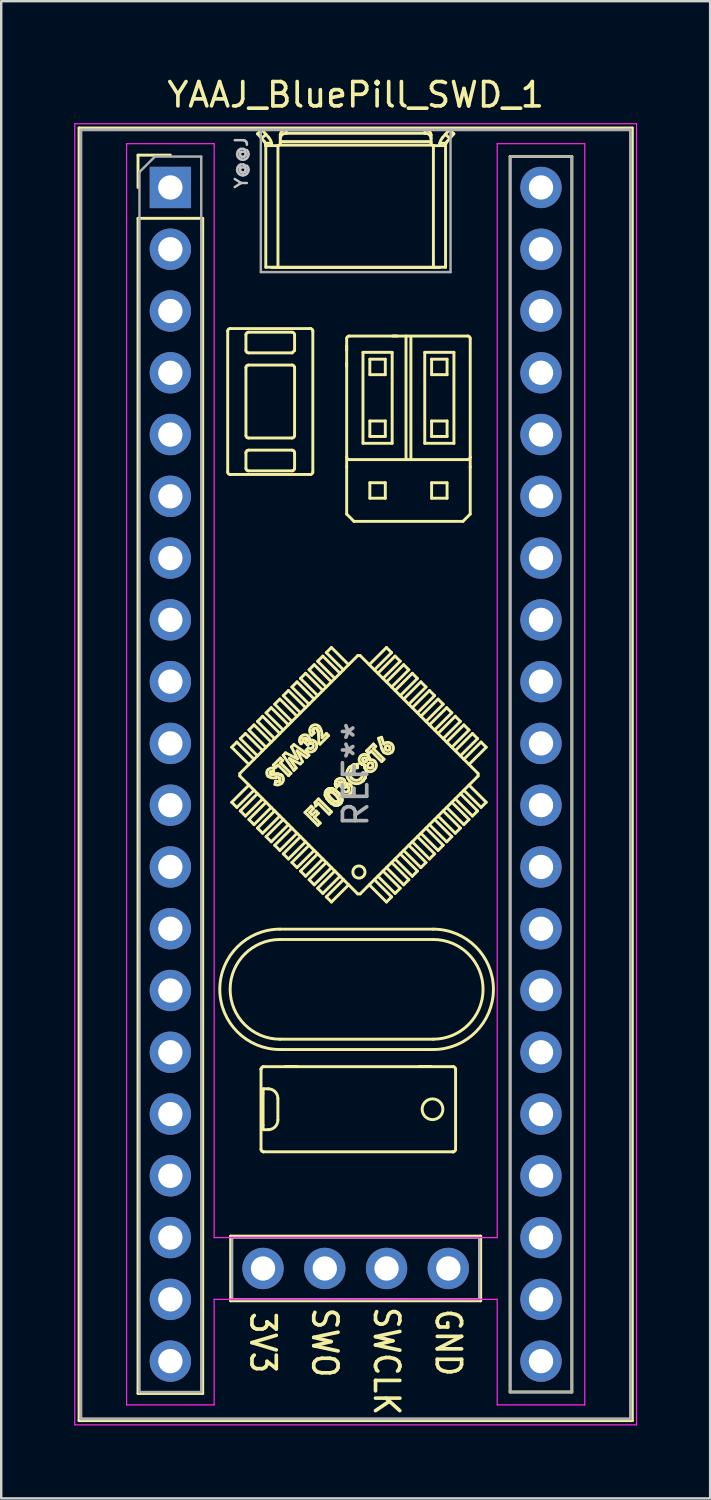
<source format=kicad_pcb>
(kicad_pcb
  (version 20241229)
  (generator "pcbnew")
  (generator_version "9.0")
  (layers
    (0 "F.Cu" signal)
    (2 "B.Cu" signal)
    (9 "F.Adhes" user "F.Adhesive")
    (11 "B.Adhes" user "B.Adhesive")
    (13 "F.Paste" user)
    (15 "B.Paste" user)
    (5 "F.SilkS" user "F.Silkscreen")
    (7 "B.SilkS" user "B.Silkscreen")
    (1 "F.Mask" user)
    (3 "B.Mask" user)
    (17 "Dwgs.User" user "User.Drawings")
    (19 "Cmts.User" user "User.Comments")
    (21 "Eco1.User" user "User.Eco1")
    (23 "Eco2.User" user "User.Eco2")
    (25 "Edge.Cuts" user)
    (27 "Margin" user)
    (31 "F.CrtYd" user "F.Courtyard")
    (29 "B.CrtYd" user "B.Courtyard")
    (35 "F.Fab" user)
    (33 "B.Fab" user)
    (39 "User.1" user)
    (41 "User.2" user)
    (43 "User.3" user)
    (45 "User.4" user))
  (footprint "YAAJ_BluePill_SWD_1"
    (layer "F.Cu")
    (at 3.955 4.658)
    (property "Reference" "YAAJ_BluePill_SWD_1" (at 7.62 -3.81 0) (layer "F.SilkS") (effects (font (size 1 1) (thickness 0.15))))
    (attr through_hole)
    (fp_line (start -3.755 -2.445) (end 18.995 -2.445) (stroke (width 0.12) (type solid)) (layer "F.SilkS"))
    (fp_line (start -3.755 50.705) (end -3.755 -2.445) (stroke (width 0.12) (type solid)) (layer "F.SilkS"))
    (fp_line (start -1.33 -1.33) (end 0 -1.33) (stroke (width 0.12) (type solid)) (layer "F.SilkS"))
    (fp_line (start -1.33 0) (end -1.33 -1.33) (stroke (width 0.12) (type solid)) (layer "F.SilkS"))
    (fp_line (start -1.33 1.27) (end 1.33 1.27) (stroke (width 0.12) (type solid)) (layer "F.SilkS"))
    (fp_line (start -1.33 49.59) (end -1.33 1.27) (stroke (width 0.12) (type solid)) (layer "F.SilkS"))
    (fp_line (start 1.33 1.27) (end 1.33 49.59) (stroke (width 0.12) (type solid)) (layer "F.SilkS"))
    (fp_line (start 1.33 49.59) (end -1.33 49.59) (stroke (width 0.12) (type solid)) (layer "F.SilkS"))
    (fp_line (start 2.358 5.902) (end 2.358 11.702) (stroke (width 0.12) (type solid)) (layer "F.SilkS"))
    (fp_line (start 2.458 11.802) (end 5.758 11.802) (stroke (width 0.12) (type solid)) (layer "F.SilkS"))
    (fp_line (start 2.48 43.12) (end 2.48 45.78) (stroke (width 0.12) (type solid)) (layer "F.SilkS"))
    (fp_line (start 2.48 45.78) (end 12.76 45.78) (stroke (width 0.12) (type solid)) (layer "F.SilkS"))
    (fp_line (start 2.522 23.017) (end 3.229 23.724) (stroke (width 0.12) (type solid)) (layer "F.SilkS"))
    (fp_line (start 2.522 25.28) (end 3.229 24.573) (stroke (width 0.12) (type solid)) (layer "F.SilkS"))
    (fp_line (start 2.734 22.805) (end 2.522 23.017) (stroke (width 0.12) (type solid)) (layer "F.SilkS"))
    (fp_line (start 2.734 22.805) (end 3.441 23.512) (stroke (width 0.12) (type solid)) (layer "F.SilkS"))
    (fp_line (start 2.734 25.492) (end 2.522 25.28) (stroke (width 0.12) (type solid)) (layer "F.SilkS"))
    (fp_line (start 2.734 25.492) (end 3.441 24.785) (stroke (width 0.12) (type solid)) (layer "F.SilkS"))
    (fp_line (start 2.855 24.199) (end 2.855 24.099) (stroke (width 0.12) (type solid)) (layer "F.SilkS"))
    (fp_line (start 2.855 24.199) (end 7.704 29.048) (stroke (width 0.12) (type solid)) (layer "F.SilkS"))
    (fp_line (start 2.875 22.664) (end 3.583 23.371) (stroke (width 0.12) (type solid)) (layer "F.SilkS"))
    (fp_line (start 2.875 25.634) (end 3.583 24.926) (stroke (width 0.12) (type solid)) (layer "F.SilkS"))
    (fp_line (start 3.088 22.452) (end 2.875 22.664) (stroke (width 0.12) (type solid)) (layer "F.SilkS"))
    (fp_line (start 3.088 22.452) (end 3.795 23.159) (stroke (width 0.12) (type solid)) (layer "F.SilkS"))
    (fp_line (start 3.088 25.846) (end 2.875 25.634) (stroke (width 0.12) (type solid)) (layer "F.SilkS"))
    (fp_line (start 3.088 25.846) (end 3.795 25.139) (stroke (width 0.12) (type solid)) (layer "F.SilkS"))
    (fp_line (start 3.108 6.702) (end 3.108 6.052) (stroke (width 0.12) (type solid)) (layer "F.SilkS"))
    (fp_line (start 3.108 10.202) (end 3.108 7.402) (stroke (width 0.12) (type solid)) (layer "F.SilkS"))
    (fp_line (start 3.108 11.552) (end 3.108 10.902) (stroke (width 0.12) (type solid)) (layer "F.SilkS"))
    (fp_line (start 3.208 5.952) (end 5.008 5.952) (stroke (width 0.12) (type solid)) (layer "F.SilkS"))
    (fp_line (start 3.208 7.302) (end 5.008 7.302) (stroke (width 0.12) (type solid)) (layer "F.SilkS"))
    (fp_line (start 3.208 10.802) (end 5.008 10.802) (stroke (width 0.12) (type solid)) (layer "F.SilkS"))
    (fp_line (start 3.229 22.31) (end 3.936 23.017) (stroke (width 0.12) (type solid)) (layer "F.SilkS"))
    (fp_line (start 3.229 25.987) (end 3.936 25.28) (stroke (width 0.12) (type solid)) (layer "F.SilkS"))
    (fp_line (start 3.441 22.098) (end 3.229 22.31) (stroke (width 0.12) (type solid)) (layer "F.SilkS"))
    (fp_line (start 3.441 22.098) (end 4.148 22.805) (stroke (width 0.12) (type solid)) (layer "F.SilkS"))
    (fp_line (start 3.441 26.199) (end 3.229 25.987) (stroke (width 0.12) (type solid)) (layer "F.SilkS"))
    (fp_line (start 3.441 26.199) (end 4.148 25.492) (stroke (width 0.12) (type solid)) (layer "F.SilkS"))
    (fp_line (start 3.583 -2.207) (end 3.861 -1.891) (stroke (width 0.12) (type solid)) (layer "F.SilkS"))
    (fp_line (start 3.583 21.957) (end 4.29 22.664) (stroke (width 0.12) (type solid)) (layer "F.SilkS"))
    (fp_line (start 3.583 26.341) (end 4.29 25.634) (stroke (width 0.12) (type solid)) (layer "F.SilkS"))
    (fp_line (start 3.728 36.253) (end 3.728 39.553) (stroke (width 0.12) (type solid)) (layer "F.SilkS"))
    (fp_line (start 3.728 36.252) (end 3.728 36.253) (stroke (width 0.12) (type solid)) (layer "F.SilkS"))
    (fp_line (start 3.748 -2.02) (end 3.933 -2.182) (stroke (width 0.12) (type solid)) (layer "F.SilkS"))
    (fp_line (start 3.767 -2.37) (end 3.583 -2.207) (stroke (width 0.12) (type solid)) (layer "F.SilkS"))
    (fp_line (start 3.795 21.744) (end 3.583 21.957) (stroke (width 0.12) (type solid)) (layer "F.SilkS"))
    (fp_line (start 3.795 21.744) (end 4.502 22.452) (stroke (width 0.12) (type solid)) (layer "F.SilkS"))
    (fp_line (start 3.795 26.553) (end 3.583 26.341) (stroke (width 0.12) (type solid)) (layer "F.SilkS"))
    (fp_line (start 3.795 26.553) (end 4.502 25.846) (stroke (width 0.12) (type solid)) (layer "F.SilkS"))
    (fp_line (start 3.812 38.544) (end 3.812 37.262) (stroke (width 0.12) (type solid)) (layer "F.SilkS"))
    (fp_line (start 3.827 39.653) (end 3.828 39.653) (stroke (width 0.12) (type solid)) (layer "F.SilkS"))
    (fp_line (start 3.828 36.153) (end 3.827 36.153) (stroke (width 0.12) (type solid)) (layer "F.SilkS"))
    (fp_line (start 3.828 36.153) (end 11.628 36.153) (stroke (width 0.12) (type solid)) (layer "F.SilkS"))
    (fp_line (start 3.828 39.653) (end 11.628 39.653) (stroke (width 0.12) (type solid)) (layer "F.SilkS"))
    (fp_line (start 3.834 38.744) (end 4.021 38.744) (stroke (width 0.12) (type solid)) (layer "F.SilkS"))
    (fp_line (start 3.924 -1.728) (end 3.929 -1.72) (stroke (width 0.12) (type solid)) (layer "F.SilkS"))
    (fp_line (start 3.924 -1.726) (end 3.924 -1.728) (stroke (width 0.12) (type solid)) (layer "F.SilkS"))
    (fp_line (start 3.924 -1.726) (end 3.924 3.28) (stroke (width 0.12) (type solid)) (layer "F.SilkS"))
    (fp_line (start 3.929 -1.72) (end 3.93 -1.72) (stroke (width 0.12) (type solid)) (layer "F.SilkS"))
    (fp_line (start 3.93 -1.72) (end 4.42 -1.72) (stroke (width 0.12) (type solid)) (layer "F.SilkS"))
    (fp_line (start 3.936 21.603) (end 4.643 22.31) (stroke (width 0.12) (type solid)) (layer "F.SilkS"))
    (fp_line (start 3.936 26.694) (end 4.643 25.987) (stroke (width 0.12) (type solid)) (layer "F.SilkS"))
    (fp_line (start 4.021 37.062) (end 3.834 37.062) (stroke (width 0.12) (type solid)) (layer "F.SilkS"))
    (fp_line (start 4.045 -2.055) (end 3.767 -2.37) (stroke (width 0.12) (type solid)) (layer "F.SilkS"))
    (fp_line (start 4.108 24.11) (end 4.126 24.122) (stroke (width 0.12) (type solid)) (layer "F.SilkS"))
    (fp_line (start 4.108 24.11) (end 4.126 24.122) (stroke (width 0.12) (type solid)) (layer "F.SilkS"))
    (fp_line (start 4.126 24.122) (end 4.142 24.127) (stroke (width 0.12) (type solid)) (layer "F.SilkS"))
    (fp_line (start 4.126 24.122) (end 4.142 24.127) (stroke (width 0.12) (type solid)) (layer "F.SilkS"))
    (fp_line (start 4.142 24.127) (end 4.221 24.127) (stroke (width 0.12) (type solid)) (layer "F.SilkS"))
    (fp_line (start 4.142 24.127) (end 4.221 24.127) (stroke (width 0.12) (type solid)) (layer "F.SilkS"))
    (fp_line (start 4.148 21.391) (end 3.936 21.603) (stroke (width 0.12) (type solid)) (layer "F.SilkS"))
    (fp_line (start 4.148 21.391) (end 4.855 22.098) (stroke (width 0.12) (type solid)) (layer "F.SilkS"))
    (fp_line (start 4.148 26.906) (end 3.936 26.694) (stroke (width 0.12) (type solid)) (layer "F.SilkS"))
    (fp_line (start 4.148 26.906) (end 4.855 26.199) (stroke (width 0.12) (type solid)) (layer "F.SilkS"))
    (fp_line (start 4.161 -1.82) (end 3.905 -1.82) (stroke (width 0.12) (type solid)) (layer "F.SilkS"))
    (fp_line (start 4.17 -1.72) (end 4.17 -1.724) (stroke (width 0.12) (type solid)) (layer "F.SilkS"))
    (fp_line (start 4.221 24.127) (end 4.283 24.123) (stroke (width 0.12) (type solid)) (layer "F.SilkS"))
    (fp_line (start 4.221 24.127) (end 4.283 24.123) (stroke (width 0.12) (type solid)) (layer "F.SilkS"))
    (fp_line (start 4.236 23.749) (end 4.522 23.463) (stroke (width 0.12) (type solid)) (layer "F.SilkS"))
    (fp_line (start 4.253 23.874) (end 4.247 24.011) (stroke (width 0.12) (type solid)) (layer "F.SilkS"))
    (fp_line (start 4.283 24.123) (end 4.355 24.118) (stroke (width 0.12) (type solid)) (layer "F.SilkS"))
    (fp_line (start 4.283 24.123) (end 4.355 24.118) (stroke (width 0.12) (type solid)) (layer "F.SilkS"))
    (fp_line (start 4.29 21.249) (end 4.997 21.957) (stroke (width 0.12) (type solid)) (layer "F.SilkS"))
    (fp_line (start 4.29 27.048) (end 4.997 26.341) (stroke (width 0.12) (type solid)) (layer "F.SilkS"))
    (fp_line (start 4.3 24.547) (end 4.334 24.413) (stroke (width 0.12) (type solid)) (layer "F.SilkS"))
    (fp_line (start 4.331 23.844) (end 4.236 23.749) (stroke (width 0.12) (type solid)) (layer "F.SilkS"))
    (fp_line (start 4.334 24.413) (end 4.424 24.424) (stroke (width 0.12) (type solid)) (layer "F.SilkS"))
    (fp_line (start 4.334 24.413) (end 4.424 24.424) (stroke (width 0.12) (type solid)) (layer "F.SilkS"))
    (fp_line (start 4.355 24.118) (end 4.412 24.116) (stroke (width 0.12) (type solid)) (layer "F.SilkS"))
    (fp_line (start 4.355 24.118) (end 4.412 24.116) (stroke (width 0.12) (type solid)) (layer "F.SilkS"))
    (fp_line (start 4.412 24.116) (end 4.518 24.135) (stroke (width 0.12) (type solid)) (layer "F.SilkS"))
    (fp_line (start 4.412 24.116) (end 4.518 24.135) (stroke (width 0.12) (type solid)) (layer "F.SilkS"))
    (fp_line (start 4.42 -1.72) (end 4.424 -1.72) (stroke (width 0.12) (type solid)) (layer "F.SilkS"))
    (fp_line (start 4.421 37.462) (end 4.421 38.344) (stroke (width 0.12) (type solid)) (layer "F.SilkS"))
    (fp_line (start 4.424 -1.72) (end 4.424 3.29) (stroke (width 0.12) (type solid)) (layer "F.SilkS"))
    (fp_line (start 4.424 24.424) (end 4.459 24.415) (stroke (width 0.12) (type solid)) (layer "F.SilkS"))
    (fp_line (start 4.424 24.424) (end 4.459 24.415) (stroke (width 0.12) (type solid)) (layer "F.SilkS"))
    (fp_line (start 4.427 23.749) (end 4.331 23.844) (stroke (width 0.12) (type solid)) (layer "F.SilkS"))
    (fp_line (start 4.459 24.415) (end 4.489 24.394) (stroke (width 0.12) (type solid)) (layer "F.SilkS"))
    (fp_line (start 4.459 24.415) (end 4.489 24.394) (stroke (width 0.12) (type solid)) (layer "F.SilkS"))
    (fp_line (start 4.502 21.037) (end 4.29 21.249) (stroke (width 0.12) (type solid)) (layer "F.SilkS"))
    (fp_line (start 4.502 21.037) (end 5.209 21.744) (stroke (width 0.12) (type solid)) (layer "F.SilkS"))
    (fp_line (start 4.502 27.26) (end 4.29 27.048) (stroke (width 0.12) (type solid)) (layer "F.SilkS"))
    (fp_line (start 4.502 27.26) (end 5.209 26.553) (stroke (width 0.12) (type solid)) (layer "F.SilkS"))
    (fp_line (start 4.508 30.923) (end 10.808 30.923) (stroke (width 0.12) (type solid)) (layer "F.SilkS"))
    (fp_line (start 4.508 35.448) (end 10.808 35.448) (stroke (width 0.12) (type solid)) (layer "F.SilkS"))
    (fp_line (start 4.518 24.135) (end 4.588 24.183) (stroke (width 0.12) (type solid)) (layer "F.SilkS"))
    (fp_line (start 4.518 24.135) (end 4.588 24.183) (stroke (width 0.12) (type solid)) (layer "F.SilkS"))
    (fp_line (start 4.52 -2.165) (end 4.52 -1.82) (stroke (width 0.12) (type solid)) (layer "F.SilkS"))
    (fp_line (start 4.52 -1.885) (end 10.72 -1.885) (stroke (width 0.12) (type solid)) (layer "F.SilkS"))
    (fp_line (start 4.522 23.463) (end 4.617 23.559) (stroke (width 0.12) (type solid)) (layer "F.SilkS"))
    (fp_line (start 4.522 23.654) (end 4.957 24.089) (stroke (width 0.12) (type solid)) (layer "F.SilkS"))
    (fp_line (start 4.617 23.559) (end 4.522 23.654) (stroke (width 0.12) (type solid)) (layer "F.SilkS"))
    (fp_line (start 4.639 23.347) (end 4.737 23.248) (stroke (width 0.12) (type solid)) (layer "F.SilkS"))
    (fp_line (start 4.643 20.896) (end 5.35 21.603) (stroke (width 0.12) (type solid)) (layer "F.SilkS"))
    (fp_line (start 4.643 27.401) (end 5.35 26.694) (stroke (width 0.12) (type solid)) (layer "F.SilkS"))
    (fp_line (start 4.737 23.248) (end 5.228 23.497) (stroke (width 0.12) (type solid)) (layer "F.SilkS"))
    (fp_line (start 4.77 -2.227) (end 4.77 -2.37) (stroke (width 0.12) (type solid)) (layer "F.SilkS"))
    (fp_line (start 4.855 20.684) (end 4.643 20.896) (stroke (width 0.12) (type solid)) (layer "F.SilkS"))
    (fp_line (start 4.855 20.684) (end 5.562 21.391) (stroke (width 0.12) (type solid)) (layer "F.SilkS"))
    (fp_line (start 4.855 27.613) (end 4.643 27.401) (stroke (width 0.12) (type solid)) (layer "F.SilkS"))
    (fp_line (start 4.855 27.613) (end 5.562 26.906) (stroke (width 0.12) (type solid)) (layer "F.SilkS"))
    (fp_line (start 4.862 24.184) (end 4.427 23.749) (stroke (width 0.12) (type solid)) (layer "F.SilkS"))
    (fp_line (start 4.897 23.479) (end 5.176 23.87) (stroke (width 0.12) (type solid)) (layer "F.SilkS"))
    (fp_line (start 4.957 24.089) (end 4.862 24.184) (stroke (width 0.12) (type solid)) (layer "F.SilkS"))
    (fp_line (start 4.98 23.005) (end 5.078 22.907) (stroke (width 0.12) (type solid)) (layer "F.SilkS"))
    (fp_line (start 4.997 20.542) (end 5.704 21.249) (stroke (width 0.12) (type solid)) (layer "F.SilkS"))
    (fp_line (start 4.997 27.755) (end 5.704 27.048) (stroke (width 0.12) (type solid)) (layer "F.SilkS"))
    (fp_line (start 5.008 6.802) (end 3.208 6.802) (stroke (width 0.12) (type solid)) (layer "F.SilkS"))
    (fp_line (start 5.008 6.802) (end 5.108 6.702) (stroke (width 0.12) (type solid)) (layer "F.SilkS"))
    (fp_line (start 5.008 10.302) (end 3.208 10.302) (stroke (width 0.12) (type solid)) (layer "F.SilkS"))
    (fp_line (start 5.008 11.652) (end 3.208 11.652) (stroke (width 0.12) (type solid)) (layer "F.SilkS"))
    (fp_line (start 5.078 22.907) (end 5.698 23.348) (stroke (width 0.12) (type solid)) (layer "F.SilkS"))
    (fp_line (start 5.079 23.967) (end 4.639 23.347) (stroke (width 0.12) (type solid)) (layer "F.SilkS"))
    (fp_line (start 5.108 6.052) (end 5.108 6.702) (stroke (width 0.12) (type solid)) (layer "F.SilkS"))
    (fp_line (start 5.108 7.402) (end 5.108 10.202) (stroke (width 0.12) (type solid)) (layer "F.SilkS"))
    (fp_line (start 5.108 10.902) (end 5.108 11.552) (stroke (width 0.12) (type solid)) (layer "F.SilkS"))
    (fp_line (start 5.176 23.87) (end 5.079 23.967) (stroke (width 0.12) (type solid)) (layer "F.SilkS"))
    (fp_line (start 5.209 20.33) (end 4.997 20.542) (stroke (width 0.12) (type solid)) (layer "F.SilkS"))
    (fp_line (start 5.209 20.33) (end 5.916 21.037) (stroke (width 0.12) (type solid)) (layer "F.SilkS"))
    (fp_line (start 5.209 27.967) (end 4.997 27.755) (stroke (width 0.12) (type solid)) (layer "F.SilkS"))
    (fp_line (start 5.209 27.967) (end 5.916 27.26) (stroke (width 0.12) (type solid)) (layer "F.SilkS"))
    (fp_line (start 5.21 23.166) (end 5.435 23.611) (stroke (width 0.12) (type solid)) (layer "F.SilkS"))
    (fp_line (start 5.228 36.143) (end 4.728 36.143) (stroke (width 0.12) (type solid)) (layer "F.SilkS"))
    (fp_line (start 5.228 23.497) (end 4.98 23.005) (stroke (width 0.12) (type solid)) (layer "F.SilkS"))
    (fp_line (start 5.319 22.738) (end 5.339 22.637) (stroke (width 0.12) (type solid)) (layer "F.SilkS"))
    (fp_line (start 5.319 22.738) (end 5.339 22.637) (stroke (width 0.12) (type solid)) (layer "F.SilkS"))
    (fp_line (start 5.331 22.801) (end 5.319 22.738) (stroke (width 0.12) (type solid)) (layer "F.SilkS"))
    (fp_line (start 5.331 22.801) (end 5.319 22.738) (stroke (width 0.12) (type solid)) (layer "F.SilkS"))
    (fp_line (start 5.339 22.637) (end 5.387 22.571) (stroke (width 0.12) (type solid)) (layer "F.SilkS"))
    (fp_line (start 5.339 22.637) (end 5.387 22.571) (stroke (width 0.12) (type solid)) (layer "F.SilkS"))
    (fp_line (start 5.342 23.704) (end 4.897 23.479) (stroke (width 0.12) (type solid)) (layer "F.SilkS"))
    (fp_line (start 5.35 20.189) (end 6.057 20.896) (stroke (width 0.12) (type solid)) (layer "F.SilkS"))
    (fp_line (start 5.35 28.108) (end 6.057 27.401) (stroke (width 0.12) (type solid)) (layer "F.SilkS"))
    (fp_line (start 5.372 22.872) (end 5.331 22.801) (stroke (width 0.12) (type solid)) (layer "F.SilkS"))
    (fp_line (start 5.372 22.872) (end 5.331 22.801) (stroke (width 0.12) (type solid)) (layer "F.SilkS"))
    (fp_line (start 5.435 23.611) (end 5.342 23.704) (stroke (width 0.12) (type solid)) (layer "F.SilkS"))
    (fp_line (start 5.467 22.777) (end 5.372 22.872) (stroke (width 0.12) (type solid)) (layer "F.SilkS"))
    (fp_line (start 5.535 25.7) (end 5.793 25.442) (stroke (width 0.12) (type solid)) (layer "F.SilkS"))
    (fp_line (start 5.549 22.831) (end 5.6 22.752) (stroke (width 0.12) (type solid)) (layer "F.SilkS"))
    (fp_line (start 5.549 22.831) (end 5.6 22.752) (stroke (width 0.12) (type solid)) (layer "F.SilkS"))
    (fp_line (start 5.562 19.977) (end 5.35 20.189) (stroke (width 0.12) (type solid)) (layer "F.SilkS"))
    (fp_line (start 5.562 19.977) (end 6.27 20.684) (stroke (width 0.12) (type solid)) (layer "F.SilkS"))
    (fp_line (start 5.562 28.321) (end 5.35 28.108) (stroke (width 0.12) (type solid)) (layer "F.SilkS"))
    (fp_line (start 5.562 28.321) (end 6.27 27.613) (stroke (width 0.12) (type solid)) (layer "F.SilkS"))
    (fp_line (start 5.583 23.137) (end 5.678 23.042) (stroke (width 0.12) (type solid)) (layer "F.SilkS"))
    (fp_line (start 5.598 22.683) (end 5.585 22.664) (stroke (width 0.12) (type solid)) (layer "F.SilkS"))
    (fp_line (start 5.598 22.683) (end 5.585 22.664) (stroke (width 0.12) (type solid)) (layer "F.SilkS"))
    (fp_line (start 5.6 22.752) (end 5.605 22.706) (stroke (width 0.12) (type solid)) (layer "F.SilkS"))
    (fp_line (start 5.6 22.752) (end 5.605 22.706) (stroke (width 0.12) (type solid)) (layer "F.SilkS"))
    (fp_line (start 5.602 23.444) (end 5.21 23.166) (stroke (width 0.12) (type solid)) (layer "F.SilkS"))
    (fp_line (start 5.605 22.706) (end 5.598 22.683) (stroke (width 0.12) (type solid)) (layer "F.SilkS"))
    (fp_line (start 5.605 22.706) (end 5.598 22.683) (stroke (width 0.12) (type solid)) (layer "F.SilkS"))
    (fp_line (start 5.637 22.92) (end 5.549 22.831) (stroke (width 0.12) (type solid)) (layer "F.SilkS"))
    (fp_line (start 5.698 23.348) (end 5.602 23.444) (stroke (width 0.12) (type solid)) (layer "F.SilkS"))
    (fp_line (start 5.704 19.835) (end 6.411 20.542) (stroke (width 0.12) (type solid)) (layer "F.SilkS"))
    (fp_line (start 5.704 28.462) (end 6.411 27.755) (stroke (width 0.12) (type solid)) (layer "F.SilkS"))
    (fp_line (start 5.725 25.7) (end 5.827 25.802) (stroke (width 0.12) (type solid)) (layer "F.SilkS"))
    (fp_line (start 5.738 22.854) (end 5.637 22.92) (stroke (width 0.12) (type solid)) (layer "F.SilkS"))
    (fp_line (start 5.738 22.854) (end 5.637 22.92) (stroke (width 0.12) (type solid)) (layer "F.SilkS"))
    (fp_line (start 5.758 5.802) (end 2.458 5.802) (stroke (width 0.12) (type solid)) (layer "F.SilkS"))
    (fp_line (start 5.762 5.802) (end 5.758 5.802) (stroke (width 0.12) (type solid)) (layer "F.SilkS"))
    (fp_line (start 5.793 25.442) (end 5.888 25.537) (stroke (width 0.12) (type solid)) (layer "F.SilkS"))
    (fp_line (start 5.798 22.849) (end 5.738 22.854) (stroke (width 0.12) (type solid)) (layer "F.SilkS"))
    (fp_line (start 5.798 22.849) (end 5.738 22.854) (stroke (width 0.12) (type solid)) (layer "F.SilkS"))
    (fp_line (start 5.827 25.802) (end 5.99 25.639) (stroke (width 0.12) (type solid)) (layer "F.SilkS"))
    (fp_line (start 5.827 22.858) (end 5.798 22.849) (stroke (width 0.12) (type solid)) (layer "F.SilkS"))
    (fp_line (start 5.827 22.858) (end 5.798 22.849) (stroke (width 0.12) (type solid)) (layer "F.SilkS"))
    (fp_line (start 5.852 22.876) (end 5.827 22.858) (stroke (width 0.12) (type solid)) (layer "F.SilkS"))
    (fp_line (start 5.852 22.876) (end 5.827 22.858) (stroke (width 0.12) (type solid)) (layer "F.SilkS"))
    (fp_line (start 5.858 11.702) (end 5.858 5.902) (stroke (width 0.12) (type solid)) (layer "F.SilkS"))
    (fp_line (start 5.862 22.307) (end 5.866 22.36) (stroke (width 0.12) (type solid)) (layer "F.SilkS"))
    (fp_line (start 5.862 22.307) (end 5.866 22.36) (stroke (width 0.12) (type solid)) (layer "F.SilkS"))
    (fp_line (start 5.866 22.36) (end 5.909 22.43) (stroke (width 0.12) (type solid)) (layer "F.SilkS"))
    (fp_line (start 5.866 22.36) (end 5.909 22.43) (stroke (width 0.12) (type solid)) (layer "F.SilkS"))
    (fp_line (start 5.887 22.261) (end 5.862 22.307) (stroke (width 0.12) (type solid)) (layer "F.SilkS"))
    (fp_line (start 5.887 22.261) (end 5.862 22.307) (stroke (width 0.12) (type solid)) (layer "F.SilkS"))
    (fp_line (start 5.888 25.537) (end 5.725 25.7) (stroke (width 0.12) (type solid)) (layer "F.SilkS"))
    (fp_line (start 5.909 22.43) (end 5.814 22.525) (stroke (width 0.12) (type solid)) (layer "F.SilkS"))
    (fp_line (start 5.916 19.623) (end 5.704 19.835) (stroke (width 0.12) (type solid)) (layer "F.SilkS"))
    (fp_line (start 5.916 19.623) (end 6.623 20.33) (stroke (width 0.12) (type solid)) (layer "F.SilkS"))
    (fp_line (start 5.916 28.674) (end 5.704 28.462) (stroke (width 0.12) (type solid)) (layer "F.SilkS"))
    (fp_line (start 5.916 28.674) (end 6.623 27.967) (stroke (width 0.12) (type solid)) (layer "F.SilkS"))
    (fp_line (start 5.922 25.898) (end 6.16 26.136) (stroke (width 0.12) (type solid)) (layer "F.SilkS"))
    (fp_line (start 5.945 25.29) (end 6.092 25.143) (stroke (width 0.12) (type solid)) (layer "F.SilkS"))
    (fp_line (start 5.977 25.435) (end 5.945 25.29) (stroke (width 0.12) (type solid)) (layer "F.SilkS"))
    (fp_line (start 5.99 25.639) (end 6.086 25.734) (stroke (width 0.12) (type solid)) (layer "F.SilkS"))
    (fp_line (start 6.057 19.482) (end 6.765 20.189) (stroke (width 0.12) (type solid)) (layer "F.SilkS"))
    (fp_line (start 6.057 28.815) (end 6.765 28.108) (stroke (width 0.12) (type solid)) (layer "F.SilkS"))
    (fp_line (start 6.065 26.231) (end 5.535 25.7) (stroke (width 0.12) (type solid)) (layer "F.SilkS"))
    (fp_line (start 6.08 22.368) (end 6.027 22.263) (stroke (width 0.12) (type solid)) (layer "F.SilkS"))
    (fp_line (start 6.08 22.368) (end 6.027 22.263) (stroke (width 0.12) (type solid)) (layer "F.SilkS"))
    (fp_line (start 6.086 25.326) (end 5.977 25.435) (stroke (width 0.12) (type solid)) (layer "F.SilkS"))
    (fp_line (start 6.086 25.734) (end 5.922 25.898) (stroke (width 0.12) (type solid)) (layer "F.SilkS"))
    (fp_line (start 6.092 25.143) (end 6.623 25.673) (stroke (width 0.12) (type solid)) (layer "F.SilkS"))
    (fp_line (start 6.095 22.52) (end 6.08 22.368) (stroke (width 0.12) (type solid)) (layer "F.SilkS"))
    (fp_line (start 6.095 22.52) (end 6.08 22.368) (stroke (width 0.12) (type solid)) (layer "F.SilkS"))
    (fp_line (start 6.105 22.844) (end 6.095 22.52) (stroke (width 0.12) (type solid)) (layer "F.SilkS"))
    (fp_line (start 6.154 22.892) (end 6.105 22.844) (stroke (width 0.12) (type solid)) (layer "F.SilkS"))
    (fp_line (start 6.16 26.136) (end 6.065 26.231) (stroke (width 0.12) (type solid)) (layer "F.SilkS"))
    (fp_line (start 6.232 22.51) (end 6.24 22.629) (stroke (width 0.12) (type solid)) (layer "F.SilkS"))
    (fp_line (start 6.24 22.629) (end 6.419 22.45) (stroke (width 0.12) (type solid)) (layer "F.SilkS"))
    (fp_line (start 6.27 19.27) (end 6.057 19.482) (stroke (width 0.12) (type solid)) (layer "F.SilkS"))
    (fp_line (start 6.27 19.27) (end 6.977 19.977) (stroke (width 0.12) (type solid)) (layer "F.SilkS"))
    (fp_line (start 6.27 29.028) (end 6.057 28.815) (stroke (width 0.12) (type solid)) (layer "F.SilkS"))
    (fp_line (start 6.27 29.028) (end 6.977 28.321) (stroke (width 0.12) (type solid)) (layer "F.SilkS"))
    (fp_line (start 6.365 24.988) (end 6.373 24.863) (stroke (width 0.12) (type solid)) (layer "F.SilkS"))
    (fp_line (start 6.365 24.988) (end 6.373 24.863) (stroke (width 0.12) (type solid)) (layer "F.SilkS"))
    (fp_line (start 6.373 24.863) (end 6.427 24.781) (stroke (width 0.12) (type solid)) (layer "F.SilkS"))
    (fp_line (start 6.373 24.863) (end 6.427 24.781) (stroke (width 0.12) (type solid)) (layer "F.SilkS"))
    (fp_line (start 6.411 19.128) (end 7.118 19.835) (stroke (width 0.12) (type solid)) (layer "F.SilkS"))
    (fp_line (start 6.411 29.169) (end 7.118 28.462) (stroke (width 0.12) (type solid)) (layer "F.SilkS"))
    (fp_line (start 6.419 22.45) (end 6.507 22.539) (stroke (width 0.12) (type solid)) (layer "F.SilkS"))
    (fp_line (start 6.421 25.111) (end 6.365 24.988) (stroke (width 0.12) (type solid)) (layer "F.SilkS"))
    (fp_line (start 6.421 25.111) (end 6.365 24.988) (stroke (width 0.12) (type solid)) (layer "F.SilkS"))
    (fp_line (start 6.427 24.781) (end 6.48 24.74) (stroke (width 0.12) (type solid)) (layer "F.SilkS"))
    (fp_line (start 6.427 24.781) (end 6.48 24.74) (stroke (width 0.12) (type solid)) (layer "F.SilkS"))
    (fp_line (start 6.48 24.74) (end 6.541 24.715) (stroke (width 0.12) (type solid)) (layer "F.SilkS"))
    (fp_line (start 6.48 24.74) (end 6.541 24.715) (stroke (width 0.12) (type solid)) (layer "F.SilkS"))
    (fp_line (start 6.496 24.948) (end 6.524 25.024) (stroke (width 0.12) (type solid)) (layer "F.SilkS"))
    (fp_line (start 6.496 24.948) (end 6.524 25.024) (stroke (width 0.12) (type solid)) (layer "F.SilkS"))
    (fp_line (start 6.503 24.908) (end 6.496 24.948) (stroke (width 0.12) (type solid)) (layer "F.SilkS"))
    (fp_line (start 6.503 24.908) (end 6.496 24.948) (stroke (width 0.12) (type solid)) (layer "F.SilkS"))
    (fp_line (start 6.507 22.539) (end 6.154 22.892) (stroke (width 0.12) (type solid)) (layer "F.SilkS"))
    (fp_line (start 6.524 25.024) (end 6.629 25.149) (stroke (width 0.12) (type solid)) (layer "F.SilkS"))
    (fp_line (start 6.524 25.024) (end 6.629 25.149) (stroke (width 0.12) (type solid)) (layer "F.SilkS"))
    (fp_line (start 6.525 24.874) (end 6.503 24.908) (stroke (width 0.12) (type solid)) (layer "F.SilkS"))
    (fp_line (start 6.525 24.874) (end 6.503 24.908) (stroke (width 0.12) (type solid)) (layer "F.SilkS"))
    (fp_line (start 6.528 25.768) (end 6.086 25.326) (stroke (width 0.12) (type solid)) (layer "F.SilkS"))
    (fp_line (start 6.533 25.243) (end 6.421 25.111) (stroke (width 0.12) (type solid)) (layer "F.SilkS"))
    (fp_line (start 6.533 25.243) (end 6.421 25.111) (stroke (width 0.12) (type solid)) (layer "F.SilkS"))
    (fp_line (start 6.541 24.715) (end 6.608 24.71) (stroke (width 0.12) (type solid)) (layer "F.SilkS"))
    (fp_line (start 6.541 24.715) (end 6.608 24.71) (stroke (width 0.12) (type solid)) (layer "F.SilkS"))
    (fp_line (start 6.558 24.852) (end 6.525 24.874) (stroke (width 0.12) (type solid)) (layer "F.SilkS"))
    (fp_line (start 6.558 24.852) (end 6.525 24.874) (stroke (width 0.12) (type solid)) (layer "F.SilkS"))
    (fp_line (start 6.597 24.848) (end 6.558 24.852) (stroke (width 0.12) (type solid)) (layer "F.SilkS"))
    (fp_line (start 6.597 24.848) (end 6.558 24.852) (stroke (width 0.12) (type solid)) (layer "F.SilkS"))
    (fp_line (start 6.608 24.71) (end 6.673 24.725) (stroke (width 0.12) (type solid)) (layer "F.SilkS"))
    (fp_line (start 6.608 24.71) (end 6.673 24.725) (stroke (width 0.12) (type solid)) (layer "F.SilkS"))
    (fp_line (start 6.623 25.673) (end 6.528 25.768) (stroke (width 0.12) (type solid)) (layer "F.SilkS"))
    (fp_line (start 6.623 18.916) (end 6.411 19.128) (stroke (width 0.12) (type solid)) (layer "F.SilkS"))
    (fp_line (start 6.623 18.916) (end 7.33 19.623) (stroke (width 0.12) (type solid)) (layer "F.SilkS"))
    (fp_line (start 6.623 29.381) (end 6.411 29.169) (stroke (width 0.12) (type solid)) (layer "F.SilkS"))
    (fp_line (start 6.623 29.381) (end 7.33 28.674) (stroke (width 0.12) (type solid)) (layer "F.SilkS"))
    (fp_line (start 6.629 25.149) (end 6.749 25.246) (stroke (width 0.12) (type solid)) (layer "F.SilkS"))
    (fp_line (start 6.629 25.149) (end 6.749 25.246) (stroke (width 0.12) (type solid)) (layer "F.SilkS"))
    (fp_line (start 6.631 25.331) (end 6.533 25.243) (stroke (width 0.12) (type solid)) (layer "F.SilkS"))
    (fp_line (start 6.631 25.331) (end 6.533 25.243) (stroke (width 0.12) (type solid)) (layer "F.SilkS"))
    (fp_line (start 6.671 24.873) (end 6.597 24.848) (stroke (width 0.12) (type solid)) (layer "F.SilkS"))
    (fp_line (start 6.671 24.873) (end 6.597 24.848) (stroke (width 0.12) (type solid)) (layer "F.SilkS"))
    (fp_line (start 6.673 24.725) (end 6.788 24.789) (stroke (width 0.12) (type solid)) (layer "F.SilkS"))
    (fp_line (start 6.673 24.725) (end 6.788 24.789) (stroke (width 0.12) (type solid)) (layer "F.SilkS"))
    (fp_line (start 6.746 25.394) (end 6.631 25.331) (stroke (width 0.12) (type solid)) (layer "F.SilkS"))
    (fp_line (start 6.746 25.394) (end 6.631 25.331) (stroke (width 0.12) (type solid)) (layer "F.SilkS"))
    (fp_line (start 6.749 25.246) (end 6.822 25.268) (stroke (width 0.12) (type solid)) (layer "F.SilkS"))
    (fp_line (start 6.749 25.246) (end 6.822 25.268) (stroke (width 0.12) (type solid)) (layer "F.SilkS"))
    (fp_line (start 6.781 24.526) (end 6.801 24.425) (stroke (width 0.12) (type solid)) (layer "F.SilkS"))
    (fp_line (start 6.781 24.526) (end 6.801 24.425) (stroke (width 0.12) (type solid)) (layer "F.SilkS"))
    (fp_line (start 6.788 24.789) (end 6.888 24.878) (stroke (width 0.12) (type solid)) (layer "F.SilkS"))
    (fp_line (start 6.788 24.789) (end 6.888 24.878) (stroke (width 0.12) (type solid)) (layer "F.SilkS"))
    (fp_line (start 6.793 24.973) (end 6.671 24.873) (stroke (width 0.12) (type solid)) (layer "F.SilkS"))
    (fp_line (start 6.793 24.973) (end 6.671 24.873) (stroke (width 0.12) (type solid)) (layer "F.SilkS"))
    (fp_line (start 6.793 24.589) (end 6.781 24.526) (stroke (width 0.12) (type solid)) (layer "F.SilkS"))
    (fp_line (start 6.793 24.589) (end 6.781 24.526) (stroke (width 0.12) (type solid)) (layer "F.SilkS"))
    (fp_line (start 6.801 24.425) (end 6.849 24.359) (stroke (width 0.12) (type solid)) (layer "F.SilkS"))
    (fp_line (start 6.801 24.425) (end 6.849 24.359) (stroke (width 0.12) (type solid)) (layer "F.SilkS"))
    (fp_line (start 6.811 25.407) (end 6.746 25.394) (stroke (width 0.12) (type solid)) (layer "F.SilkS"))
    (fp_line (start 6.811 25.407) (end 6.746 25.394) (stroke (width 0.12) (type solid)) (layer "F.SilkS"))
    (fp_line (start 6.822 25.268) (end 6.86 25.262) (stroke (width 0.12) (type solid)) (layer "F.SilkS"))
    (fp_line (start 6.822 25.268) (end 6.86 25.262) (stroke (width 0.12) (type solid)) (layer "F.SilkS"))
    (fp_line (start 6.834 24.66) (end 6.793 24.589) (stroke (width 0.12) (type solid)) (layer "F.SilkS"))
    (fp_line (start 6.834 24.66) (end 6.793 24.589) (stroke (width 0.12) (type solid)) (layer "F.SilkS"))
    (fp_line (start 6.856 25.043) (end 6.793 24.973) (stroke (width 0.12) (type solid)) (layer "F.SilkS"))
    (fp_line (start 6.856 25.043) (end 6.793 24.973) (stroke (width 0.12) (type solid)) (layer "F.SilkS"))
    (fp_line (start 6.86 25.262) (end 6.892 25.241) (stroke (width 0.12) (type solid)) (layer "F.SilkS"))
    (fp_line (start 6.86 25.262) (end 6.892 25.241) (stroke (width 0.12) (type solid)) (layer "F.SilkS"))
    (fp_line (start 6.876 25.402) (end 6.811 25.407) (stroke (width 0.12) (type solid)) (layer "F.SilkS"))
    (fp_line (start 6.876 25.402) (end 6.811 25.407) (stroke (width 0.12) (type solid)) (layer "F.SilkS"))
    (fp_line (start 6.888 24.878) (end 6.976 24.977) (stroke (width 0.12) (type solid)) (layer "F.SilkS"))
    (fp_line (start 6.888 24.878) (end 6.976 24.977) (stroke (width 0.12) (type solid)) (layer "F.SilkS"))
    (fp_line (start 6.914 25.146) (end 6.856 25.043) (stroke (width 0.12) (type solid)) (layer "F.SilkS"))
    (fp_line (start 6.914 25.146) (end 6.856 25.043) (stroke (width 0.12) (type solid)) (layer "F.SilkS"))
    (fp_line (start 6.929 24.565) (end 6.834 24.66) (stroke (width 0.12) (type solid)) (layer "F.SilkS"))
    (fp_line (start 6.936 25.377) (end 6.876 25.402) (stroke (width 0.12) (type solid)) (layer "F.SilkS"))
    (fp_line (start 6.936 25.377) (end 6.876 25.402) (stroke (width 0.12) (type solid)) (layer "F.SilkS"))
    (fp_line (start 6.976 24.977) (end 7.041 25.092) (stroke (width 0.12) (type solid)) (layer "F.SilkS"))
    (fp_line (start 6.976 24.977) (end 7.041 25.092) (stroke (width 0.12) (type solid)) (layer "F.SilkS"))
    (fp_line (start 6.988 25.335) (end 6.936 25.377) (stroke (width 0.12) (type solid)) (layer "F.SilkS"))
    (fp_line (start 6.988 25.335) (end 6.936 25.377) (stroke (width 0.12) (type solid)) (layer "F.SilkS"))
    (fp_line (start 7.01 24.619) (end 7.062 24.54) (stroke (width 0.12) (type solid)) (layer "F.SilkS"))
    (fp_line (start 7.01 24.619) (end 7.062 24.54) (stroke (width 0.12) (type solid)) (layer "F.SilkS"))
    (fp_line (start 7.029 25.284) (end 6.988 25.335) (stroke (width 0.12) (type solid)) (layer "F.SilkS"))
    (fp_line (start 7.029 25.284) (end 6.988 25.335) (stroke (width 0.12) (type solid)) (layer "F.SilkS"))
    (fp_line (start 7.041 25.092) (end 7.057 25.157) (stroke (width 0.12) (type solid)) (layer "F.SilkS"))
    (fp_line (start 7.041 25.092) (end 7.057 25.157) (stroke (width 0.12) (type solid)) (layer "F.SilkS"))
    (fp_line (start 7.044 24.925) (end 7.14 24.83) (stroke (width 0.12) (type solid)) (layer "F.SilkS"))
    (fp_line (start 7.054 25.223) (end 7.029 25.284) (stroke (width 0.12) (type solid)) (layer "F.SilkS"))
    (fp_line (start 7.054 25.223) (end 7.029 25.284) (stroke (width 0.12) (type solid)) (layer "F.SilkS"))
    (fp_line (start 7.057 25.157) (end 7.054 25.223) (stroke (width 0.12) (type solid)) (layer "F.SilkS"))
    (fp_line (start 7.057 25.157) (end 7.054 25.223) (stroke (width 0.12) (type solid)) (layer "F.SilkS"))
    (fp_line (start 7.06 24.471) (end 7.047 24.452) (stroke (width 0.12) (type solid)) (layer "F.SilkS"))
    (fp_line (start 7.06 24.471) (end 7.047 24.452) (stroke (width 0.12) (type solid)) (layer "F.SilkS"))
    (fp_line (start 7.062 24.54) (end 7.067 24.494) (stroke (width 0.12) (type solid)) (layer "F.SilkS"))
    (fp_line (start 7.062 24.54) (end 7.067 24.494) (stroke (width 0.12) (type solid)) (layer "F.SilkS"))
    (fp_line (start 7.067 24.494) (end 7.06 24.471) (stroke (width 0.12) (type solid)) (layer "F.SilkS"))
    (fp_line (start 7.067 24.494) (end 7.06 24.471) (stroke (width 0.12) (type solid)) (layer "F.SilkS"))
    (fp_line (start 7.099 24.708) (end 7.01 24.619) (stroke (width 0.12) (type solid)) (layer "F.SilkS"))
    (fp_line (start 7.2 24.642) (end 7.099 24.708) (stroke (width 0.12) (type solid)) (layer "F.SilkS"))
    (fp_line (start 7.2 24.642) (end 7.099 24.708) (stroke (width 0.12) (type solid)) (layer "F.SilkS"))
    (fp_line (start 7.249 6.502) (end 7.249 6.691) (stroke (width 0.12) (type solid)) (layer "F.SilkS"))
    (fp_line (start 7.249 7.231) (end 7.249 7.265) (stroke (width 0.12) (type solid)) (layer "F.SilkS"))
    (fp_line (start 7.249 7.315) (end 7.249 7.359) (stroke (width 0.12) (type solid)) (layer "F.SilkS"))
    (fp_line (start 7.25 11.09) (end 7.25 6.21) (stroke (width 0.12) (type solid)) (layer "F.SilkS"))
    (fp_line (start 7.25 11.09) (end 7.25 11.49) (stroke (width 0.12) (type solid)) (layer "F.SilkS"))
    (fp_line (start 7.25 11.49) (end 7.25 13.43) (stroke (width 0.12) (type solid)) (layer "F.SilkS"))
    (fp_line (start 7.25 13.43) (end 7.55 13.73) (stroke (width 0.12) (type solid)) (layer "F.SilkS"))
    (fp_line (start 7.26 24.637) (end 7.2 24.642) (stroke (width 0.12) (type solid)) (layer "F.SilkS"))
    (fp_line (start 7.26 24.637) (end 7.2 24.642) (stroke (width 0.12) (type solid)) (layer "F.SilkS"))
    (fp_line (start 7.289 24.646) (end 7.26 24.637) (stroke (width 0.12) (type solid)) (layer "F.SilkS"))
    (fp_line (start 7.289 24.646) (end 7.26 24.637) (stroke (width 0.12) (type solid)) (layer "F.SilkS"))
    (fp_line (start 7.314 24.664) (end 7.289 24.646) (stroke (width 0.12) (type solid)) (layer "F.SilkS"))
    (fp_line (start 7.314 24.664) (end 7.289 24.646) (stroke (width 0.12) (type solid)) (layer "F.SilkS"))
    (fp_line (start 7.35 6.11) (end 12.23 6.11) (stroke (width 0.12) (type solid)) (layer "F.SilkS"))
    (fp_line (start 7.369 23.839) (end 7.542 23.736) (stroke (width 0.12) (type solid)) (layer "F.SilkS"))
    (fp_line (start 7.369 23.839) (end 7.542 23.736) (stroke (width 0.12) (type solid)) (layer "F.SilkS"))
    (fp_line (start 7.542 23.736) (end 7.701 23.719) (stroke (width 0.12) (type solid)) (layer "F.SilkS"))
    (fp_line (start 7.542 23.736) (end 7.701 23.719) (stroke (width 0.12) (type solid)) (layer "F.SilkS"))
    (fp_line (start 7.55 13.73) (end 12.03 13.73) (stroke (width 0.12) (type solid)) (layer "F.SilkS"))
    (fp_line (start 7.555 23.876) (end 7.46 23.938) (stroke (width 0.12) (type solid)) (layer "F.SilkS"))
    (fp_line (start 7.555 23.876) (end 7.46 23.938) (stroke (width 0.12) (type solid)) (layer "F.SilkS"))
    (fp_line (start 7.698 23.855) (end 7.555 23.876) (stroke (width 0.12) (type solid)) (layer "F.SilkS"))
    (fp_line (start 7.698 23.855) (end 7.555 23.876) (stroke (width 0.12) (type solid)) (layer "F.SilkS"))
    (fp_line (start 7.701 23.719) (end 7.698 23.855) (stroke (width 0.12) (type solid)) (layer "F.SilkS"))
    (fp_line (start 7.704 19.249) (end 2.855 24.099) (stroke (width 0.12) (type solid)) (layer "F.SilkS"))
    (fp_line (start 7.704 29.048) (end 7.804 29.048) (stroke (width 0.12) (type solid)) (layer "F.SilkS"))
    (fp_line (start 7.804 19.249) (end 7.704 19.249) (stroke (width 0.12) (type solid)) (layer "F.SilkS"))
    (fp_line (start 7.886 23.723) (end 7.825 23.68) (stroke (width 0.12) (type solid)) (layer "F.SilkS"))
    (fp_line (start 7.886 23.723) (end 7.825 23.68) (stroke (width 0.12) (type solid)) (layer "F.SilkS"))
    (fp_line (start 7.91 24.068) (end 8.049 24.071) (stroke (width 0.12) (type solid)) (layer "F.SilkS"))
    (fp_line (start 7.92 6.78) (end 9.12 6.78) (stroke (width 0.12) (type solid)) (layer "F.SilkS"))
    (fp_line (start 7.92 10.52) (end 7.92 6.78) (stroke (width 0.12) (type solid)) (layer "F.SilkS"))
    (fp_line (start 7.979 23.746) (end 7.886 23.723) (stroke (width 0.12) (type solid)) (layer "F.SilkS"))
    (fp_line (start 7.979 23.746) (end 7.886 23.723) (stroke (width 0.12) (type solid)) (layer "F.SilkS"))
    (fp_line (start 7.983 23.845) (end 7.979 23.746) (stroke (width 0.12) (type solid)) (layer "F.SilkS"))
    (fp_line (start 7.983 23.845) (end 7.979 23.746) (stroke (width 0.12) (type solid)) (layer "F.SilkS"))
    (fp_line (start 8.016 24.269) (end 7.925 24.398) (stroke (width 0.12) (type solid)) (layer "F.SilkS"))
    (fp_line (start 8.016 24.269) (end 7.925 24.398) (stroke (width 0.12) (type solid)) (layer "F.SilkS"))
    (fp_line (start 8.045 23.954) (end 7.983 23.845) (stroke (width 0.12) (type solid)) (layer "F.SilkS"))
    (fp_line (start 8.045 23.954) (end 7.983 23.845) (stroke (width 0.12) (type solid)) (layer "F.SilkS"))
    (fp_line (start 8.049 24.071) (end 8.016 24.269) (stroke (width 0.12) (type solid)) (layer "F.SilkS"))
    (fp_line (start 8.049 24.071) (end 8.016 24.269) (stroke (width 0.12) (type solid)) (layer "F.SilkS"))
    (fp_line (start 8.064 23.171) (end 8.35 22.886) (stroke (width 0.12) (type solid)) (layer "F.SilkS"))
    (fp_line (start 8.133 23.376) (end 8.182 23.456) (stroke (width 0.12) (type solid)) (layer "F.SilkS"))
    (fp_line (start 8.133 23.376) (end 8.182 23.456) (stroke (width 0.12) (type solid)) (layer "F.SilkS"))
    (fp_line (start 8.159 23.266) (end 8.064 23.171) (stroke (width 0.12) (type solid)) (layer "F.SilkS"))
    (fp_line (start 8.182 23.456) (end 8.196 23.529) (stroke (width 0.12) (type solid)) (layer "F.SilkS"))
    (fp_line (start 8.182 23.456) (end 8.196 23.529) (stroke (width 0.12) (type solid)) (layer "F.SilkS"))
    (fp_line (start 8.202 7.062) (end 8.838 7.062) (stroke (width 0.12) (type solid)) (layer "F.SilkS"))
    (fp_line (start 8.202 7.698) (end 8.202 7.062) (stroke (width 0.12) (type solid)) (layer "F.SilkS"))
    (fp_line (start 8.202 9.602) (end 8.838 9.602) (stroke (width 0.12) (type solid)) (layer "F.SilkS"))
    (fp_line (start 8.202 10.238) (end 8.202 9.602) (stroke (width 0.12) (type solid)) (layer "F.SilkS"))
    (fp_line (start 8.202 12.142) (end 8.838 12.142) (stroke (width 0.12) (type solid)) (layer "F.SilkS"))
    (fp_line (start 8.202 12.778) (end 8.202 12.142) (stroke (width 0.12) (type solid)) (layer "F.SilkS"))
    (fp_line (start 8.255 23.171) (end 8.159 23.266) (stroke (width 0.12) (type solid)) (layer "F.SilkS"))
    (fp_line (start 8.35 22.886) (end 8.445 22.981) (stroke (width 0.12) (type solid)) (layer "F.SilkS"))
    (fp_line (start 8.35 23.076) (end 8.785 23.511) (stroke (width 0.12) (type solid)) (layer "F.SilkS"))
    (fp_line (start 8.445 22.981) (end 8.35 23.076) (stroke (width 0.12) (type solid)) (layer "F.SilkS"))
    (fp_line (start 8.558 22.65) (end 8.685 22.608) (stroke (width 0.12) (type solid)) (layer "F.SilkS"))
    (fp_line (start 8.685 22.608) (end 8.775 22.882) (stroke (width 0.12) (type solid)) (layer "F.SilkS"))
    (fp_line (start 8.688 23.049) (end 8.558 22.65) (stroke (width 0.12) (type solid)) (layer "F.SilkS"))
    (fp_line (start 8.69 23.606) (end 8.255 23.171) (stroke (width 0.12) (type solid)) (layer "F.SilkS"))
    (fp_line (start 8.718 23.127) (end 8.688 23.049) (stroke (width 0.12) (type solid)) (layer "F.SilkS"))
    (fp_line (start 8.718 23.127) (end 8.688 23.049) (stroke (width 0.12) (type solid)) (layer "F.SilkS"))
    (fp_line (start 8.775 23.216) (end 8.718 23.127) (stroke (width 0.12) (type solid)) (layer "F.SilkS"))
    (fp_line (start 8.775 23.216) (end 8.718 23.127) (stroke (width 0.12) (type solid)) (layer "F.SilkS"))
    (fp_line (start 8.785 23.511) (end 8.69 23.606) (stroke (width 0.12) (type solid)) (layer "F.SilkS"))
    (fp_line (start 8.838 7.062) (end 8.838 7.698) (stroke (width 0.12) (type solid)) (layer "F.SilkS"))
    (fp_line (start 8.838 7.698) (end 8.202 7.698) (stroke (width 0.12) (type solid)) (layer "F.SilkS"))
    (fp_line (start 8.838 9.602) (end 8.838 10.238) (stroke (width 0.12) (type solid)) (layer "F.SilkS"))
    (fp_line (start 8.838 10.238) (end 8.202 10.238) (stroke (width 0.12) (type solid)) (layer "F.SilkS"))
    (fp_line (start 8.838 12.142) (end 8.838 12.778) (stroke (width 0.12) (type solid)) (layer "F.SilkS"))
    (fp_line (start 8.838 12.778) (end 8.202 12.778) (stroke (width 0.12) (type solid)) (layer "F.SilkS"))
    (fp_line (start 8.886 18.916) (end 8.179 19.623) (stroke (width 0.12) (type solid)) (layer "F.SilkS"))
    (fp_line (start 8.886 29.381) (end 8.179 28.674) (stroke (width 0.12) (type solid)) (layer "F.SilkS"))
    (fp_line (start 9.098 19.128) (end 8.391 19.835) (stroke (width 0.12) (type solid)) (layer "F.SilkS"))
    (fp_line (start 9.098 19.128) (end 8.886 18.916) (stroke (width 0.12) (type solid)) (layer "F.SilkS"))
    (fp_line (start 9.098 29.169) (end 8.391 28.462) (stroke (width 0.12) (type solid)) (layer "F.SilkS"))
    (fp_line (start 9.098 29.169) (end 8.886 29.381) (stroke (width 0.12) (type solid)) (layer "F.SilkS"))
    (fp_line (start 9.12 6.78) (end 9.12 10.52) (stroke (width 0.12) (type solid)) (layer "F.SilkS"))
    (fp_line (start 9.12 10.52) (end 7.92 10.52) (stroke (width 0.12) (type solid)) (layer "F.SilkS"))
    (fp_line (start 9.239 19.27) (end 8.532 19.977) (stroke (width 0.12) (type solid)) (layer "F.SilkS"))
    (fp_line (start 9.239 29.028) (end 8.532 28.321) (stroke (width 0.12) (type solid)) (layer "F.SilkS"))
    (fp_line (start 9.331 6.109) (end 9.142 6.109) (stroke (width 0.12) (type solid)) (layer "F.SilkS"))
    (fp_line (start 9.452 19.482) (end 8.744 20.189) (stroke (width 0.12) (type solid)) (layer "F.SilkS"))
    (fp_line (start 9.452 19.482) (end 9.239 19.27) (stroke (width 0.12) (type solid)) (layer "F.SilkS"))
    (fp_line (start 9.452 28.815) (end 8.744 28.108) (stroke (width 0.12) (type solid)) (layer "F.SilkS"))
    (fp_line (start 9.452 28.815) (end 9.239 29.028) (stroke (width 0.12) (type solid)) (layer "F.SilkS"))
    (fp_line (start 9.593 19.623) (end 8.886 20.33) (stroke (width 0.12) (type solid)) (layer "F.SilkS"))
    (fp_line (start 9.593 28.674) (end 8.886 27.967) (stroke (width 0.12) (type solid)) (layer "F.SilkS"))
    (fp_line (start 9.69 11.19) (end 7.35 11.19) (stroke (width 0.12) (type solid)) (layer "F.SilkS"))
    (fp_line (start 9.69 11.19) (end 9.69 6.11) (stroke (width 0.12) (type solid)) (layer "F.SilkS"))
    (fp_line (start 9.805 19.835) (end 9.098 20.542) (stroke (width 0.12) (type solid)) (layer "F.SilkS"))
    (fp_line (start 9.805 19.835) (end 9.593 19.623) (stroke (width 0.12) (type solid)) (layer "F.SilkS"))
    (fp_line (start 9.805 28.462) (end 9.098 27.755) (stroke (width 0.12) (type solid)) (layer "F.SilkS"))
    (fp_line (start 9.805 28.462) (end 9.593 28.674) (stroke (width 0.12) (type solid)) (layer "F.SilkS"))
    (fp_line (start 9.89 6.16) (end 9.89 11.19) (stroke (width 0.12) (type solid)) (layer "F.SilkS"))
    (fp_line (start 9.947 19.977) (end 9.239 20.684) (stroke (width 0.12) (type solid)) (layer "F.SilkS"))
    (fp_line (start 9.947 28.321) (end 9.239 27.613) (stroke (width 0.12) (type solid)) (layer "F.SilkS"))
    (fp_line (start 10.159 20.189) (end 9.452 20.896) (stroke (width 0.12) (type solid)) (layer "F.SilkS"))
    (fp_line (start 10.159 20.189) (end 9.947 19.977) (stroke (width 0.12) (type solid)) (layer "F.SilkS"))
    (fp_line (start 10.159 28.108) (end 9.452 27.401) (stroke (width 0.12) (type solid)) (layer "F.SilkS"))
    (fp_line (start 10.159 28.108) (end 9.947 28.321) (stroke (width 0.12) (type solid)) (layer "F.SilkS"))
    (fp_line (start 10.228 36.143) (end 10.728 36.143) (stroke (width 0.12) (type solid)) (layer "F.SilkS"))
    (fp_line (start 10.3 20.33) (end 9.593 21.037) (stroke (width 0.12) (type solid)) (layer "F.SilkS"))
    (fp_line (start 10.3 27.967) (end 9.593 27.26) (stroke (width 0.12) (type solid)) (layer "F.SilkS"))
    (fp_line (start 10.46 6.78) (end 11.66 6.78) (stroke (width 0.12) (type solid)) (layer "F.SilkS"))
    (fp_line (start 10.46 10.52) (end 10.46 6.78) (stroke (width 0.12) (type solid)) (layer "F.SilkS"))
    (fp_line (start 10.47 -2.37) (end 4.77 -2.37) (stroke (width 0.12) (type solid)) (layer "F.SilkS"))
    (fp_line (start 10.47 -2.227) (end 4.77 -2.227) (stroke (width 0.12) (type solid)) (layer "F.SilkS"))
    (fp_line (start 10.47 -2.227) (end 10.47 -2.37) (stroke (width 0.12) (type solid)) (layer "F.SilkS"))
    (fp_line (start 10.512 20.542) (end 9.805 21.249) (stroke (width 0.12) (type solid)) (layer "F.SilkS"))
    (fp_line (start 10.512 20.542) (end 10.3 20.33) (stroke (width 0.12) (type solid)) (layer "F.SilkS"))
    (fp_line (start 10.512 27.755) (end 9.805 27.048) (stroke (width 0.12) (type solid)) (layer "F.SilkS"))
    (fp_line (start 10.512 27.755) (end 10.3 27.967) (stroke (width 0.12) (type solid)) (layer "F.SilkS"))
    (fp_line (start 10.654 20.684) (end 9.947 21.391) (stroke (width 0.12) (type solid)) (layer "F.SilkS"))
    (fp_line (start 10.654 27.613) (end 9.947 26.906) (stroke (width 0.12) (type solid)) (layer "F.SilkS"))
    (fp_line (start 10.72 -2.165) (end 10.72 -1.82) (stroke (width 0.12) (type solid)) (layer "F.SilkS"))
    (fp_line (start 10.742 7.062) (end 11.378 7.062) (stroke (width 0.12) (type solid)) (layer "F.SilkS"))
    (fp_line (start 10.742 7.698) (end 10.742 7.062) (stroke (width 0.12) (type solid)) (layer "F.SilkS"))
    (fp_line (start 10.742 9.602) (end 11.378 9.602) (stroke (width 0.12) (type solid)) (layer "F.SilkS"))
    (fp_line (start 10.742 10.238) (end 10.742 9.602) (stroke (width 0.12) (type solid)) (layer "F.SilkS"))
    (fp_line (start 10.742 12.142) (end 11.378 12.142) (stroke (width 0.12) (type solid)) (layer "F.SilkS"))
    (fp_line (start 10.742 12.778) (end 10.742 12.142) (stroke (width 0.12) (type solid)) (layer "F.SilkS"))
    (fp_line (start 10.758 -1.741) (end 4.482 -1.741) (stroke (width 0.12) (type solid)) (layer "F.SilkS"))
    (fp_line (start 10.808 30.498) (end 4.508 30.498) (stroke (width 0.12) (type solid)) (layer "F.SilkS"))
    (fp_line (start 10.808 35.023) (end 4.508 35.023) (stroke (width 0.12) (type solid)) (layer "F.SilkS"))
    (fp_line (start 10.816 -1.72) (end 10.816 3.29) (stroke (width 0.12) (type solid)) (layer "F.SilkS"))
    (fp_line (start 10.82 -1.72) (end 10.816 -1.72) (stroke (width 0.12) (type solid)) (layer "F.SilkS"))
    (fp_line (start 10.866 20.896) (end 10.159 21.603) (stroke (width 0.12) (type solid)) (layer "F.SilkS"))
    (fp_line (start 10.866 20.896) (end 10.654 20.684) (stroke (width 0.12) (type solid)) (layer "F.SilkS"))
    (fp_line (start 10.866 27.401) (end 10.159 26.694) (stroke (width 0.12) (type solid)) (layer "F.SilkS"))
    (fp_line (start 10.866 27.401) (end 10.654 27.613) (stroke (width 0.12) (type solid)) (layer "F.SilkS"))
    (fp_line (start 11.007 21.037) (end 10.3 21.744) (stroke (width 0.12) (type solid)) (layer "F.SilkS"))
    (fp_line (start 11.007 27.26) (end 10.3 26.553) (stroke (width 0.12) (type solid)) (layer "F.SilkS"))
    (fp_line (start 11.07 -1.72) (end 11.07 -1.724) (stroke (width 0.12) (type solid)) (layer "F.SilkS"))
    (fp_line (start 11.07 3.29) (end 4.17 3.29) (stroke (width 0.12) (type solid)) (layer "F.SilkS"))
    (fp_line (start 11.079 -1.82) (end 11.335 -1.82) (stroke (width 0.12) (type solid)) (layer "F.SilkS"))
    (fp_line (start 11.195 -2.055) (end 11.473 -2.37) (stroke (width 0.12) (type solid)) (layer "F.SilkS"))
    (fp_line (start 11.219 21.249) (end 10.512 21.957) (stroke (width 0.12) (type solid)) (layer "F.SilkS"))
    (fp_line (start 11.219 21.249) (end 11.007 21.037) (stroke (width 0.12) (type solid)) (layer "F.SilkS"))
    (fp_line (start 11.219 27.048) (end 10.512 26.341) (stroke (width 0.12) (type solid)) (layer "F.SilkS"))
    (fp_line (start 11.219 27.048) (end 11.007 27.26) (stroke (width 0.12) (type solid)) (layer "F.SilkS"))
    (fp_line (start 11.31 -1.72) (end 10.82 -1.72) (stroke (width 0.12) (type solid)) (layer "F.SilkS"))
    (fp_line (start 11.311 -1.72) (end 11.31 -1.72) (stroke (width 0.12) (type solid)) (layer "F.SilkS"))
    (fp_line (start 11.316 -1.726) (end 11.316 3.28) (stroke (width 0.12) (type solid)) (layer "F.SilkS"))
    (fp_line (start 11.316 -1.726) (end 11.316 -1.728) (stroke (width 0.12) (type solid)) (layer "F.SilkS"))
    (fp_line (start 11.316 3.28) (end 3.924 3.28) (stroke (width 0.12) (type solid)) (layer "F.SilkS"))
    (fp_line (start 11.316 -1.728) (end 11.311 -1.72) (stroke (width 0.12) (type solid)) (layer "F.SilkS"))
    (fp_line (start 11.361 21.391) (end 10.654 22.098) (stroke (width 0.12) (type solid)) (layer "F.SilkS"))
    (fp_line (start 11.361 26.906) (end 10.654 26.199) (stroke (width 0.12) (type solid)) (layer "F.SilkS"))
    (fp_line (start 11.378 7.062) (end 11.378 7.698) (stroke (width 0.12) (type solid)) (layer "F.SilkS"))
    (fp_line (start 11.378 7.698) (end 10.742 7.698) (stroke (width 0.12) (type solid)) (layer "F.SilkS"))
    (fp_line (start 11.378 9.602) (end 11.378 10.238) (stroke (width 0.12) (type solid)) (layer "F.SilkS"))
    (fp_line (start 11.378 10.238) (end 10.742 10.238) (stroke (width 0.12) (type solid)) (layer "F.SilkS"))
    (fp_line (start 11.378 12.142) (end 11.378 12.778) (stroke (width 0.12) (type solid)) (layer "F.SilkS"))
    (fp_line (start 11.378 12.778) (end 10.742 12.778) (stroke (width 0.12) (type solid)) (layer "F.SilkS"))
    (fp_line (start 11.473 -2.37) (end 11.657 -2.207) (stroke (width 0.12) (type solid)) (layer "F.SilkS"))
    (fp_line (start 11.492 -2.02) (end 11.307 -2.182) (stroke (width 0.12) (type solid)) (layer "F.SilkS"))
    (fp_line (start 11.573 21.603) (end 10.866 22.31) (stroke (width 0.12) (type solid)) (layer "F.SilkS"))
    (fp_line (start 11.573 21.603) (end 11.361 21.391) (stroke (width 0.12) (type solid)) (layer "F.SilkS"))
    (fp_line (start 11.573 26.694) (end 10.866 25.987) (stroke (width 0.12) (type solid)) (layer "F.SilkS"))
    (fp_line (start 11.573 26.694) (end 11.361 26.906) (stroke (width 0.12) (type solid)) (layer "F.SilkS"))
    (fp_line (start 11.628 39.653) (end 11.628 39.653) (stroke (width 0.12) (type solid)) (layer "F.SilkS"))
    (fp_line (start 11.628 36.153) (end 11.628 36.153) (stroke (width 0.12) (type solid)) (layer "F.SilkS"))
    (fp_line (start 11.629 39.653) (end 11.628 39.653) (stroke (width 0.12) (type solid)) (layer "F.SilkS"))
    (fp_line (start 11.657 -2.207) (end 11.379 -1.891) (stroke (width 0.12) (type solid)) (layer "F.SilkS"))
    (fp_line (start 11.66 6.78) (end 11.66 10.52) (stroke (width 0.12) (type solid)) (layer "F.SilkS"))
    (fp_line (start 11.66 10.52) (end 10.46 10.52) (stroke (width 0.12) (type solid)) (layer "F.SilkS"))
    (fp_line (start 11.714 21.744) (end 11.007 22.452) (stroke (width 0.12) (type solid)) (layer "F.SilkS"))
    (fp_line (start 11.714 26.553) (end 11.007 25.846) (stroke (width 0.12) (type solid)) (layer "F.SilkS"))
    (fp_line (start 11.728 36.253) (end 11.728 36.252) (stroke (width 0.12) (type solid)) (layer "F.SilkS"))
    (fp_line (start 11.728 36.253) (end 11.728 39.553) (stroke (width 0.12) (type solid)) (layer "F.SilkS"))
    (fp_line (start 11.926 21.957) (end 11.219 22.664) (stroke (width 0.12) (type solid)) (layer "F.SilkS"))
    (fp_line (start 11.926 21.957) (end 11.714 21.744) (stroke (width 0.12) (type solid)) (layer "F.SilkS"))
    (fp_line (start 11.926 26.341) (end 11.219 25.634) (stroke (width 0.12) (type solid)) (layer "F.SilkS"))
    (fp_line (start 11.926 26.341) (end 11.714 26.553) (stroke (width 0.12) (type solid)) (layer "F.SilkS"))
    (fp_line (start 12.03 13.73) (end 12.33 13.43) (stroke (width 0.12) (type solid)) (layer "F.SilkS"))
    (fp_line (start 12.068 22.098) (end 11.361 22.805) (stroke (width 0.12) (type solid)) (layer "F.SilkS"))
    (fp_line (start 12.068 26.199) (end 11.361 25.492) (stroke (width 0.12) (type solid)) (layer "F.SilkS"))
    (fp_line (start 12.23 11.19) (end 9.69 11.19) (stroke (width 0.12) (type solid)) (layer "F.SilkS"))
    (fp_line (start 12.28 22.31) (end 11.573 23.017) (stroke (width 0.12) (type solid)) (layer "F.SilkS"))
    (fp_line (start 12.28 22.31) (end 12.068 22.098) (stroke (width 0.12) (type solid)) (layer "F.SilkS"))
    (fp_line (start 12.28 25.987) (end 11.573 25.28) (stroke (width 0.12) (type solid)) (layer "F.SilkS"))
    (fp_line (start 12.28 25.987) (end 12.068 26.199) (stroke (width 0.12) (type solid)) (layer "F.SilkS"))
    (fp_line (start 12.33 6.21) (end 12.33 11.09) (stroke (width 0.12) (type solid)) (layer "F.SilkS"))
    (fp_line (start 12.33 11.49) (end 12.33 11.09) (stroke (width 0.12) (type solid)) (layer "F.SilkS"))
    (fp_line (start 12.33 13.43) (end 12.33 11.49) (stroke (width 0.12) (type solid)) (layer "F.SilkS"))
    (fp_line (start 12.421 22.452) (end 11.714 23.159) (stroke (width 0.12) (type solid)) (layer "F.SilkS"))
    (fp_line (start 12.421 25.846) (end 11.714 25.139) (stroke (width 0.12) (type solid)) (layer "F.SilkS"))
    (fp_line (start 12.634 22.664) (end 11.926 23.371) (stroke (width 0.12) (type solid)) (layer "F.SilkS"))
    (fp_line (start 12.634 22.664) (end 12.421 22.452) (stroke (width 0.12) (type solid)) (layer "F.SilkS"))
    (fp_line (start 12.634 25.634) (end 11.926 24.926) (stroke (width 0.12) (type solid)) (layer "F.SilkS"))
    (fp_line (start 12.634 25.634) (end 12.421 25.846) (stroke (width 0.12) (type solid)) (layer "F.SilkS"))
    (fp_line (start 12.654 24.099) (end 7.804 19.249) (stroke (width 0.12) (type solid)) (layer "F.SilkS"))
    (fp_line (start 12.654 24.099) (end 12.654 24.199) (stroke (width 0.12) (type solid)) (layer "F.SilkS"))
    (fp_line (start 12.654 24.199) (end 7.804 29.048) (stroke (width 0.12) (type solid)) (layer "F.SilkS"))
    (fp_line (start 12.76 43.12) (end 2.48 43.12) (stroke (width 0.12) (type solid)) (layer "F.SilkS"))
    (fp_line (start 12.76 45.78) (end 12.76 43.12) (stroke (width 0.12) (type solid)) (layer "F.SilkS"))
    (fp_line (start 12.775 22.805) (end 12.068 23.512) (stroke (width 0.12) (type solid)) (layer "F.SilkS"))
    (fp_line (start 12.775 25.492) (end 12.068 24.785) (stroke (width 0.12) (type solid)) (layer "F.SilkS"))
    (fp_line (start 12.987 23.017) (end 12.28 23.724) (stroke (width 0.12) (type solid)) (layer "F.SilkS"))
    (fp_line (start 12.987 23.017) (end 12.775 22.805) (stroke (width 0.12) (type solid)) (layer "F.SilkS"))
    (fp_line (start 12.987 25.28) (end 12.28 24.573) (stroke (width 0.12) (type solid)) (layer "F.SilkS"))
    (fp_line (start 12.987 25.28) (end 12.775 25.492) (stroke (width 0.12) (type solid)) (layer "F.SilkS"))
    (fp_line (start 13.97 -1.27) (end 16.51 -1.27) (stroke (width 0.12) (type solid)) (layer "F.SilkS"))
    (fp_line (start 13.97 49.53) (end 13.97 -1.27) (stroke (width 0.12) (type solid)) (layer "F.SilkS"))
    (fp_line (start 16.51 -1.27) (end 16.51 49.53) (stroke (width 0.12) (type solid)) (layer "F.SilkS"))
    (fp_line (start 16.51 49.53) (end 13.97 49.53) (stroke (width 0.12) (type solid)) (layer "F.SilkS"))
    (fp_line (start 18.995 -2.445) (end 18.995 50.705) (stroke (width 0.12) (type solid)) (layer "F.SilkS"))
    (fp_line (start 18.995 50.705) (end -3.755 50.705) (stroke (width 0.12) (type solid)) (layer "F.SilkS"))
    (fp_arc (start 2.357533 5.902277) (mid 2.386822 5.831566) (end 2.457533 5.802277) (stroke (width 0.12) (type solid)) (layer "F.SilkS"))
    (fp_arc (start 2.457533 11.802277) (mid 2.386822 11.772988) (end 2.357533 11.702277) (stroke (width 0.12) (type solid)) (layer "F.SilkS"))
    (fp_arc (start 3.107533 6.052277) (mid 3.136822 5.981566) (end 3.207533 5.952277) (stroke (width 0.12) (type solid)) (layer "F.SilkS"))
    (fp_arc (start 3.107533 7.402277) (mid 3.136822 7.331566) (end 3.207533 7.302277) (stroke (width 0.12) (type solid)) (layer "F.SilkS"))
    (fp_arc (start 3.107533 10.902277) (mid 3.136822 10.831566) (end 3.207533 10.802277) (stroke (width 0.12) (type solid)) (layer "F.SilkS"))
    (fp_arc (start 3.207533 6.802277) (mid 3.136822 6.772988) (end 3.107533 6.702277) (stroke (width 0.12) (type solid)) (layer "F.SilkS"))
    (fp_arc (start 3.207533 10.302277) (mid 3.136822 10.272988) (end 3.107533 10.202277) (stroke (width 0.12) (type solid)) (layer "F.SilkS"))
    (fp_arc (start 3.207533 11.652277) (mid 3.136822 11.622988) (end 3.107533 11.552277) (stroke (width 0.12) (type solid)) (layer "F.SilkS"))
    (fp_arc (start 3.72772 36.252189) (mid 3.757008 36.182098) (end 3.8271 36.152811) (stroke (width 0.12) (type solid)) (layer "F.SilkS"))
    (fp_arc (start 3.8118 37.261767) (mid 3.81207 37.160544) (end 3.834188 37.061767) (stroke (width 0.12) (type solid)) (layer "F.SilkS"))
    (fp_arc (start 3.827099 39.652807) (mid 3.757007 39.62352) (end 3.72772 39.553428) (stroke (width 0.12) (type solid)) (layer "F.SilkS"))
    (fp_arc (start 3.834188 38.743851) (mid 3.811626 38.645124) (end 3.8118 38.543851) (stroke (width 0.12) (type solid)) (layer "F.SilkS"))
    (fp_arc (start 3.861166 -1.890847) (mid 3.906942 -1.815275) (end 3.923572 -1.7285) (stroke (width 0.12) (type solid)) (layer "F.SilkS"))
    (fp_arc (start 4.017252 24.209874) (mid 3.962135 24.072061) (end 4.021927 23.93621) (stroke (width 0.12) (type solid)) (layer "F.SilkS"))
    (fp_arc (start 4.020774 37.061767) (mid 4.303617 37.178924) (end 4.420774 37.461767) (stroke (width 0.12) (type solid)) (layer "F.SilkS"))
    (fp_arc (start 4.021927 23.936211) (mid 4.129813 23.87714) (end 4.252778 23.874275) (stroke (width 0.12) (type solid)) (layer "F.SilkS"))
    (fp_arc (start 4.045142 -2.054759) (mid 4.137736 -1.900883) (end 4.169988 -1.724215) (stroke (width 0.12) (type solid)) (layer "F.SilkS"))
    (fp_arc (start 4.107872 24.110119) (mid 4.095938 24.069602) (end 4.116052 24.03246) (stroke (width 0.12) (type solid)) (layer "F.SilkS"))
    (fp_arc (start 4.116052 24.032461) (mid 4.17852 24.0044) (end 4.246722 24.010576) (stroke (width 0.12) (type solid)) (layer "F.SilkS"))
    (fp_arc (start 4.337023 24.262355) (mid 4.170811 24.274665) (end 4.017253 24.209874) (stroke (width 0.12) (type solid)) (layer "F.SilkS"))
    (fp_arc (start 4.337023 24.262355) (mid 4.420042 24.256695) (end 4.49882 24.283496) (stroke (width 0.12) (type solid)) (layer "F.SilkS"))
    (fp_arc (start 4.420774 38.343851) (mid 4.303617 38.626694) (end 4.020774 38.743851) (stroke (width 0.12) (type solid)) (layer "F.SilkS"))
    (fp_arc (start 4.49882 24.283497) (mid 4.51644 24.341016) (end 4.488515 24.3943) (stroke (width 0.12) (type solid)) (layer "F.SilkS"))
    (fp_arc (start 4.50795 35.022588) (mid 2.45795 32.972588) (end 4.50795 30.922588) (stroke (width 0.12) (type solid)) (layer "F.SilkS"))
    (fp_arc (start 4.50795 35.447588) (mid 2.03295 32.972588) (end 4.50795 30.497588) (stroke (width 0.12) (type solid)) (layer "F.SilkS"))
    (fp_arc (start 4.519999 -2.165212) (mid 4.603178 -2.318661) (end 4.77 -2.37) (stroke (width 0.12) (type solid)) (layer "F.SilkS"))
    (fp_arc (start 4.52 -2.021818) (mid 4.603179 -2.175266) (end 4.77 -2.226605) (stroke (width 0.12) (type solid)) (layer "F.SilkS"))
    (fp_arc (start 4.52 -1.819999) (mid 4.491968 -1.750569) (end 4.423589 -1.720064) (stroke (width 0.12) (type solid)) (layer "F.SilkS"))
    (fp_arc (start 4.580198 24.492993) (mid 4.448648 24.563858) (end 4.300159 24.547174) (stroke (width 0.12) (type solid)) (layer "F.SilkS"))
    (fp_arc (start 4.588483 24.182785) (mid 4.651909 24.339694) (end 4.580197 24.492993) (stroke (width 0.12) (type solid)) (layer "F.SilkS"))
    (fp_arc (start 5.007533 5.952277) (mid 5.078244 5.981566) (end 5.107533 6.052277) (stroke (width 0.12) (type solid)) (layer "F.SilkS"))
    (fp_arc (start 5.007533 7.302277) (mid 5.078244 7.331566) (end 5.107533 7.402277) (stroke (width 0.12) (type solid)) (layer "F.SilkS"))
    (fp_arc (start 5.007533 10.802277) (mid 5.078244 10.831566) (end 5.107533 10.902277) (stroke (width 0.12) (type solid)) (layer "F.SilkS"))
    (fp_arc (start 5.107533 10.202277) (mid 5.078244 10.272988) (end 5.007533 10.302277) (stroke (width 0.12) (type solid)) (layer "F.SilkS"))
    (fp_arc (start 5.107533 11.552277) (mid 5.078244 11.622988) (end 5.007533 11.652277) (stroke (width 0.12) (type solid)) (layer "F.SilkS"))
    (fp_arc (start 5.386846 22.57129) (mid 5.528527 22.506431) (end 5.674003 22.56226) (stroke (width 0.12) (type solid)) (layer "F.SilkS"))
    (fp_arc (start 5.466949 22.776751) (mid 5.455984 22.719536) (end 5.481397 22.667115) (stroke (width 0.12) (type solid)) (layer "F.SilkS"))
    (fp_arc (start 5.481397 22.667116) (mid 5.532347 22.642773) (end 5.584871 22.663503) (stroke (width 0.12) (type solid)) (layer "F.SilkS"))
    (fp_arc (start 5.674003 22.562261) (mid 5.720712 22.647432) (end 5.71416 22.744349) (stroke (width 0.12) (type solid)) (layer "F.SilkS"))
    (fp_arc (start 5.714161 22.744349) (mid 5.837497 22.723047) (end 5.947986 22.78185) (stroke (width 0.12) (type solid)) (layer "F.SilkS"))
    (fp_arc (start 5.757533 5.802277) (mid 5.828244 5.831566) (end 5.857533 5.902277) (stroke (width 0.12) (type solid)) (layer "F.SilkS"))
    (fp_arc (start 5.797342 22.160794) (mid 5.956409 22.093933) (end 6.11552 22.160688) (stroke (width 0.12) (type solid)) (layer "F.SilkS"))
    (fp_arc (start 5.813703 22.525184) (mid 5.726668 22.346529) (end 5.797343 22.160794) (stroke (width 0.12) (type solid)) (layer "F.SilkS"))
    (fp_arc (start 5.845786 23.037029) (mid 5.76275 23.073739) (end 5.677721 23.041916) (stroke (width 0.12) (type solid)) (layer "F.SilkS"))
    (fp_arc (start 5.851842 22.876082) (mid 5.883258 22.957851) (end 5.845786 23.037029) (stroke (width 0.12) (type solid)) (layer "F.SilkS"))
    (fp_arc (start 5.857533 11.702277) (mid 5.828244 11.772988) (end 5.757533 11.802277) (stroke (width 0.12) (type solid)) (layer "F.SilkS"))
    (fp_arc (start 5.887113 22.2614) (mid 5.957324 22.231449) (end 6.027025 22.262569) (stroke (width 0.12) (type solid)) (layer "F.SilkS"))
    (fp_arc (start 5.935769 23.137421) (mid 5.759084 23.212559) (end 5.582534 23.137103) (stroke (width 0.12) (type solid)) (layer "F.SilkS"))
    (fp_arc (start 5.947986 22.781851) (mid 6.01763 22.962239) (end 5.935768 23.137422) (stroke (width 0.12) (type solid)) (layer "F.SilkS"))
    (fp_arc (start 6.11552 22.160688) (mid 6.20628 22.324572) (end 6.232273 22.510098) (stroke (width 0.12) (type solid)) (layer "F.SilkS"))
    (fp_arc (start 6.848655 24.359455) (mid 6.990335 24.294596) (end 7.13581 24.350425) (stroke (width 0.12) (type solid)) (layer "F.SilkS"))
    (fp_arc (start 6.913776 25.146132) (mid 6.91642 25.196496) (end 6.892105 25.240682) (stroke (width 0.12) (type solid)) (layer "F.SilkS"))
    (fp_arc (start 6.928756 24.564915) (mid 6.917791 24.5077) (end 6.943204 24.455279) (stroke (width 0.12) (type solid)) (layer "F.SilkS"))
    (fp_arc (start 6.943204 24.45528) (mid 6.994154 24.430937) (end 7.046678 24.451667) (stroke (width 0.12) (type solid)) (layer "F.SilkS"))
    (fp_arc (start 7.13581 24.350425) (mid 7.182519 24.435596) (end 7.175967 24.532513) (stroke (width 0.12) (type solid)) (layer "F.SilkS"))
    (fp_arc (start 7.175968 24.532513) (mid 7.299304 24.511211) (end 7.409793 24.570014) (stroke (width 0.12) (type solid)) (layer "F.SilkS"))
    (fp_arc (start 7.25 6.21) (mid 7.279289 6.139289) (end 7.35 6.11) (stroke (width 0.12) (type solid)) (layer "F.SilkS"))
    (fp_arc (start 7.307593 24.825193) (mid 7.224557 24.861903) (end 7.139528 24.83008) (stroke (width 0.12) (type solid)) (layer "F.SilkS"))
    (fp_arc (start 7.313649 24.664245) (mid 7.345065 24.746015) (end 7.307594 24.825193) (stroke (width 0.12) (type solid)) (layer "F.SilkS"))
    (fp_arc (start 7.35 11.19) (mid 7.279289 11.160711) (end 7.25 11.09) (stroke (width 0.12) (type solid)) (layer "F.SilkS"))
    (fp_arc (start 7.369849 24.394087) (mid 7.251577 24.116931) (end 7.368786 23.839323) (stroke (width 0.12) (type solid)) (layer "F.SilkS"))
    (fp_arc (start 7.397575 24.925586) (mid 7.22089 25.000723) (end 7.044341 24.925267) (stroke (width 0.12) (type solid)) (layer "F.SilkS"))
    (fp_arc (start 7.409792 24.570015) (mid 7.479437 24.750403) (end 7.397576 24.925586) (stroke (width 0.12) (type solid)) (layer "F.SilkS"))
    (fp_arc (start 7.464823 24.298688) (mid 7.386132 24.119427) (end 7.460255 23.938229) (stroke (width 0.12) (type solid)) (layer "F.SilkS"))
    (fp_arc (start 7.825282 23.680076) (mid 7.762069 23.527793) (end 7.830381 23.377728) (stroke (width 0.12) (type solid)) (layer "F.SilkS"))
    (fp_arc (start 7.829213 24.303574) (mid 7.645956 24.380309) (end 7.464823 24.298688) (stroke (width 0.12) (type solid)) (layer "F.SilkS"))
    (fp_arc (start 7.830381 23.377727) (mid 7.981098 23.311641) (end 8.132729 23.375603) (stroke (width 0.12) (type solid)) (layer "F.SilkS"))
    (fp_arc (start 7.910483 24.068049) (mid 7.896394 24.194971) (end 7.829213 24.303574) (stroke (width 0.12) (type solid)) (layer "F.SilkS"))
    (fp_arc (start 7.923231 23.475253) (mid 7.982694 23.449034) (end 8.042109 23.475359) (stroke (width 0.12) (type solid)) (layer "F.SilkS"))
    (fp_arc (start 7.924825 24.398337) (mid 7.646408 24.517431) (end 7.369848 24.394088) (stroke (width 0.12) (type solid)) (layer "F.SilkS"))
    (fp_arc (start 7.927268 23.591688) (mid 7.900044 23.534344) (end 7.923231 23.475252) (stroke (width 0.12) (type solid)) (layer "F.SilkS"))
    (fp_arc (start 8.042109 23.475359) (mid 8.070939 23.53444) (end 8.047421 23.59583) (stroke (width 0.12) (type solid)) (layer "F.SilkS"))
    (fp_arc (start 8.047421 23.595831) (mid 7.98646 23.619416) (end 7.927268 23.591687) (stroke (width 0.12) (type solid)) (layer "F.SilkS"))
    (fp_arc (start 8.131454 23.850265) (mid 8.104123 23.767406) (end 8.143884 23.689743) (stroke (width 0.12) (type solid)) (layer "F.SilkS"))
    (fp_arc (start 8.143884 23.689744) (mid 8.222166 23.652226) (end 8.303556 23.682413) (stroke (width 0.12) (type solid)) (layer "F.SilkS"))
    (fp_arc (start 8.195515 23.529327) (mid 8.30862 23.534642) (end 8.405224 23.593706) (stroke (width 0.12) (type solid)) (layer "F.SilkS"))
    (fp_arc (start 8.292295 23.840491) (mid 8.213961 23.879712) (end 8.131454 23.850265) (stroke (width 0.12) (type solid)) (layer "F.SilkS"))
    (fp_arc (start 8.303557 23.682413) (mid 8.333073 23.763957) (end 8.292295 23.840492) (stroke (width 0.12) (type solid)) (layer "F.SilkS"))
    (fp_arc (start 8.388438 23.934722) (mid 8.221107 24.023496) (end 8.044872 23.954058) (stroke (width 0.12) (type solid)) (layer "F.SilkS"))
    (fp_arc (start 8.405224 23.593706) (mid 8.472727 23.76795) (end 8.388439 23.934723) (stroke (width 0.12) (type solid)) (layer "F.SilkS"))
    (fp_arc (start 8.774607 22.882243) (mid 8.940309 22.817112) (end 9.102557 22.890423) (stroke (width 0.12) (type solid)) (layer "F.SilkS"))
    (fp_arc (start 8.858427 22.9752) (mid 8.931263 22.946833) (end 9.001952 22.980193) (stroke (width 0.12) (type solid)) (layer "F.SilkS"))
    (fp_arc (start 8.865971 23.116174) (mid 8.832414 23.047281) (end 8.858427 22.9752) (stroke (width 0.12) (type solid)) (layer "F.SilkS"))
    (fp_arc (start 9.001952 22.980192) (mid 9.035513 23.050985) (end 9.008326 23.124461) (stroke (width 0.12) (type solid)) (layer "F.SilkS"))
    (fp_arc (start 9.008326 23.124461) (mid 8.935425 23.149916) (end 8.86597 23.116175) (stroke (width 0.12) (type solid)) (layer "F.SilkS"))
    (fp_arc (start 9.102558 22.890423) (mid 9.172721 23.053553) (end 9.105319 23.217843) (stroke (width 0.12) (type solid)) (layer "F.SilkS"))
    (fp_arc (start 9.10532 23.217843) (mid 8.940014 23.28533) (end 8.775457 23.216037) (stroke (width 0.12) (type solid)) (layer "F.SilkS"))
    (fp_arc (start 10.47 -2.369999) (mid 10.636821 -2.318659) (end 10.719999 -2.165211) (stroke (width 0.12) (type solid)) (layer "F.SilkS"))
    (fp_arc (start 10.47 -2.226605) (mid 10.636821 -2.175265) (end 10.719999 -2.021817) (stroke (width 0.12) (type solid)) (layer "F.SilkS"))
    (fp_arc (start 10.80795 30.497588) (mid 13.28295 32.972588) (end 10.80795 35.447588) (stroke (width 0.12) (type solid)) (layer "F.SilkS"))
    (fp_arc (start 10.80795 30.922588) (mid 12.85795 32.972588) (end 10.80795 35.022588) (stroke (width 0.12) (type solid)) (layer "F.SilkS"))
    (fp_arc (start 10.81641 -1.720063) (mid 10.74803 -1.750569) (end 10.719999 -1.82) (stroke (width 0.12) (type solid)) (layer "F.SilkS"))
    (fp_arc (start 11.070011 -1.724215) (mid 11.102263 -1.900883) (end 11.194857 -2.054759) (stroke (width 0.12) (type solid)) (layer "F.SilkS"))
    (fp_arc (start 11.316427 -1.7285) (mid 11.333056 -1.815276) (end 11.378833 -1.890847) (stroke (width 0.12) (type solid)) (layer "F.SilkS"))
    (fp_arc (start 11.628337 36.15281) (mid 11.698429 36.182098) (end 11.727717 36.25219) (stroke (width 0.12) (type solid)) (layer "F.SilkS"))
    (fp_arc (start 11.727716 39.553428) (mid 11.698429 39.62352) (end 11.628337 39.652807) (stroke (width 0.12) (type solid)) (layer "F.SilkS"))
    (fp_arc (start 12.23 6.11) (mid 12.300711 6.139289) (end 12.33 6.21) (stroke (width 0.12) (type solid)) (layer "F.SilkS"))
    (fp_arc (start 12.329999 11.09) (mid 12.30071 11.16071) (end 12.23 11.189999) (stroke (width 0.12) (type solid)) (layer "F.SilkS"))
    (fp_circle (center 7.754 28.149) (end 8.004 28.149) (stroke (width 0.12) (type solid)) (fill no) (layer "F.SilkS"))
    (fp_circle (center 10.779 37.903) (end 11.205 37.903) (stroke (width 0.12) (type solid)) (fill no) (layer "F.SilkS"))
    (fp_line (start -3.93 -2.62) (end 19.17 -2.62) (stroke (width 0.05) (type solid)) (layer "F.CrtYd"))
    (fp_line (start -3.93 50.88) (end -3.93 -2.62) (stroke (width 0.05) (type solid)) (layer "F.CrtYd"))
    (fp_line (start -1.8 -1.8) (end -1.8 50.06) (stroke (width 0.05) (type solid)) (layer "F.CrtYd"))
    (fp_line (start -1.8 50.06) (end 1.8 50.06) (stroke (width 0.05) (type solid)) (layer "F.CrtYd"))
    (fp_line (start 1.8 -1.8) (end -1.8 -1.8) (stroke (width 0.05) (type solid)) (layer "F.CrtYd"))
    (fp_line (start 1.8 -1.8) (end 1.8 43.18) (stroke (width 0.05) (type solid)) (layer "F.CrtYd"))
    (fp_line (start 1.8 43.18) (end 13.44 43.18) (stroke (width 0.05) (type solid)) (layer "F.CrtYd"))
    (fp_line (start 1.8 45.72) (end 1.8 50.06) (stroke (width 0.05) (type solid)) (layer "F.CrtYd"))
    (fp_line (start 13.44 -1.8) (end 13.44 43.18) (stroke (width 0.05) (type solid)) (layer "F.CrtYd"))
    (fp_line (start 13.44 -1.8) (end 17.04 -1.8) (stroke (width 0.05) (type solid)) (layer "F.CrtYd"))
    (fp_line (start 13.44 45.72) (end 1.8 45.72) (stroke (width 0.05) (type solid)) (layer "F.CrtYd"))
    (fp_line (start 13.44 45.72) (end 13.44 50.06) (stroke (width 0.05) (type solid)) (layer "F.CrtYd"))
    (fp_line (start 17.04 -1.8) (end 17.04 50.06) (stroke (width 0.05) (type solid)) (layer "F.CrtYd"))
    (fp_line (start 17.04 50.06) (end 13.44 50.06) (stroke (width 0.05) (type solid)) (layer "F.CrtYd"))
    (fp_line (start 19.17 -2.62) (end 19.17 50.88) (stroke (width 0.05) (type solid)) (layer "F.CrtYd"))
    (fp_line (start 19.17 50.88) (end -3.93 50.88) (stroke (width 0.05) (type solid)) (layer "F.CrtYd"))
    (fp_line (start -3.68 -2.37) (end 18.92 -2.37) (stroke (width 0.12) (type solid)) (layer "F.Fab"))
    (fp_line (start -3.68 50.63) (end -3.68 -2.32) (stroke (width 0.12) (type solid)) (layer "F.Fab"))
    (fp_line (start -3.68 50.63) (end 18.92 50.63) (stroke (width 0.12) (type solid)) (layer "F.Fab"))
    (fp_line (start -1.27 -0.635) (end -0.635 -1.27) (stroke (width 0.1) (type solid)) (layer "F.Fab"))
    (fp_line (start -1.27 49.53) (end -1.27 -0.635) (stroke (width 0.1) (type solid)) (layer "F.Fab"))
    (fp_line (start -0.635 -1.27) (end 1.27 -1.27) (stroke (width 0.1) (type solid)) (layer "F.Fab"))
    (fp_line (start 1.27 -1.27) (end 1.27 49.53) (stroke (width 0.1) (type solid)) (layer "F.Fab"))
    (fp_line (start 1.27 49.53) (end -1.27 49.53) (stroke (width 0.1) (type solid)) (layer "F.Fab"))
    (fp_line (start 2.54 43.18) (end 12.7 43.18) (stroke (width 0.1) (type solid)) (layer "F.Fab"))
    (fp_line (start 2.54 45.72) (end 2.54 43.18) (stroke (width 0.1) (type solid)) (layer "F.Fab"))
    (fp_line (start 3.72 3.48) (end 3.72 -2.32) (stroke (width 0.1) (type solid)) (layer "F.Fab"))
    (fp_line (start 3.72 3.48) (end 11.52 3.48) (stroke (width 0.1) (type solid)) (layer "F.Fab"))
    (fp_line (start 11.52 3.48) (end 11.52 -2.32) (stroke (width 0.1) (type solid)) (layer "F.Fab"))
    (fp_line (start 12.7 43.18) (end 12.7 45.72) (stroke (width 0.1) (type solid)) (layer "F.Fab"))
    (fp_line (start 12.7 45.72) (end 2.54 45.72) (stroke (width 0.1) (type solid)) (layer "F.Fab"))
    (fp_line (start 13.97 -1.27) (end 16.51 -1.27) (stroke (width 0.1) (type solid)) (layer "F.Fab"))
    (fp_line (start 13.97 49.53) (end 13.97 -1.27) (stroke (width 0.1) (type solid)) (layer "F.Fab"))
    (fp_line (start 16.51 -1.27) (end 16.51 49.53) (stroke (width 0.1) (type solid)) (layer "F.Fab"))
    (fp_line (start 16.51 49.53) (end 13.97 49.53) (stroke (width 0.1) (type solid)) (layer "F.Fab"))
    (fp_line (start 18.92 -2.37) (end 18.92 50.63) (stroke (width 0.12) (type solid)) (layer "F.Fab"))
    (fp_text user "SWCLK" (at 8.89 48.26 270) (unlocked yes) (layer "F.SilkS") (effects (font (size 1 0.9) (thickness 0.15))))
    (fp_text user "3V3" (at 3.81 47.498 270) (unlocked yes) (layer "F.SilkS") (effects (font (size 1 0.9) (thickness 0.15))))
    (fp_text user "GND" (at 11.43 47.498 270) (unlocked yes) (layer "F.SilkS") (effects (font (size 1 0.9) (thickness 0.15))))
    (fp_text user "SWO" (at 6.35 47.498 270) (unlocked yes) (layer "F.SilkS") (effects (font (size 1 0.9) (thickness 0.15))))
    (fp_text user "Y@@J" (at 2.921 -1.016 90) (unlocked yes) (layer "Dwgs.User") (effects (font (size 0.5 0.5) (thickness 0.1))))
    (fp_text user "REF**" (at 7.62 24.13 90) (layer "F.Fab") (effects (font (size 1 1) (thickness 0.15))))
    (pad "1" thru_hole rect (at 0 0) (size 1.7 1.7) (drill 1) (layers "*.Cu" "*.Mask"))
    (pad "2" thru_hole circle (at 0 2.54) (size 1.7 1.7) (drill 1) (layers "*.Cu" "*.Mask"))
    (pad "3" thru_hole circle (at 0 5.08) (size 1.7 1.7) (drill 1) (layers "*.Cu" "*.Mask"))
    (pad "4" thru_hole circle (at 0 7.62) (size 1.7 1.7) (drill 1) (layers "*.Cu" "*.Mask"))
    (pad "5" thru_hole circle (at 0 10.16) (size 1.7 1.7) (drill 1) (layers "*.Cu" "*.Mask"))
    (pad "6" thru_hole circle (at 0 12.7) (size 1.7 1.7) (drill 1) (layers "*.Cu" "*.Mask"))
    (pad "7" thru_hole circle (at 0 15.24) (size 1.7 1.7) (drill 1) (layers "*.Cu" "*.Mask"))
    (pad "8" thru_hole circle (at 0 17.78) (size 1.7 1.7) (drill 1) (layers "*.Cu" "*.Mask"))
    (pad "9" thru_hole circle (at 0 20.32) (size 1.7 1.7) (drill 1) (layers "*.Cu" "*.Mask"))
    (pad "10" thru_hole circle (at 0 22.86) (size 1.7 1.7) (drill 1) (layers "*.Cu" "*.Mask"))
    (pad "11" thru_hole circle (at 0 25.4) (size 1.7 1.7) (drill 1) (layers "*.Cu" "*.Mask"))
    (pad "12" thru_hole circle (at 0 27.94) (size 1.7 1.7) (drill 1) (layers "*.Cu" "*.Mask"))
    (pad "13" thru_hole circle (at 0 30.48) (size 1.7 1.7) (drill 1) (layers "*.Cu" "*.Mask"))
    (pad "14" thru_hole circle (at 0 33.02) (size 1.7 1.7) (drill 1) (layers "*.Cu" "*.Mask"))
    (pad "15" thru_hole circle (at 0 35.56) (size 1.7 1.7) (drill 1) (layers "*.Cu" "*.Mask"))
    (pad "16" thru_hole circle (at 0 38.1) (size 1.7 1.7) (drill 1) (layers "*.Cu" "*.Mask"))
    (pad "17" thru_hole circle (at 0 40.64) (size 1.7 1.7) (drill 1) (layers "*.Cu" "*.Mask"))
    (pad "18" thru_hole circle (at 0 43.18) (size 1.7 1.7) (drill 1) (layers "*.Cu" "*.Mask"))
    (pad "19" thru_hole circle (at 0 45.72) (size 1.7 1.7) (drill 1) (layers "*.Cu" "*.Mask"))
    (pad "20" thru_hole circle (at 0 48.26) (size 1.7 1.7) (drill 1) (layers "*.Cu" "*.Mask"))
    (pad "21" thru_hole circle (at 15.24 48.26) (size 1.7 1.7) (drill 1) (layers "*.Cu" "*.Mask"))
    (pad "22" thru_hole circle (at 15.24 45.72) (size 1.7 1.7) (drill 1) (layers "*.Cu" "*.Mask"))
    (pad "23" thru_hole circle (at 15.24 43.18) (size 1.7 1.7) (drill 1) (layers "*.Cu" "*.Mask"))
    (pad "24" thru_hole circle (at 15.24 40.64) (size 1.7 1.7) (drill 1) (layers "*.Cu" "*.Mask"))
    (pad "25" thru_hole circle (at 15.24 38.1) (size 1.7 1.7) (drill 1) (layers "*.Cu" "*.Mask"))
    (pad "26" thru_hole circle (at 15.24 35.56) (size 1.7 1.7) (drill 1) (layers "*.Cu" "*.Mask"))
    (pad "27" thru_hole circle (at 15.24 33.02) (size 1.7 1.7) (drill 1) (layers "*.Cu" "*.Mask"))
    (pad "28" thru_hole circle (at 15.24 30.48) (size 1.7 1.7) (drill 1) (layers "*.Cu" "*.Mask"))
    (pad "29" thru_hole circle (at 15.24 27.94) (size 1.7 1.7) (drill 1) (layers "*.Cu" "*.Mask"))
    (pad "30" thru_hole circle (at 15.24 25.4) (size 1.7 1.7) (drill 1) (layers "*.Cu" "*.Mask"))
    (pad "31" thru_hole circle (at 15.24 22.86) (size 1.7 1.7) (drill 1) (layers "*.Cu" "*.Mask"))
    (pad "32" thru_hole circle (at 15.24 20.32) (size 1.7 1.7) (drill 1) (layers "*.Cu" "*.Mask"))
    (pad "33" thru_hole circle (at 15.24 17.78) (size 1.7 1.7) (drill 1) (layers "*.Cu" "*.Mask"))
    (pad "34" thru_hole circle (at 15.24 15.24) (size 1.7 1.7) (drill 1) (layers "*.Cu" "*.Mask"))
    (pad "35" thru_hole circle (at 15.24 12.7) (size 1.7 1.7) (drill 1) (layers "*.Cu" "*.Mask"))
    (pad "36" thru_hole circle (at 15.24 10.16) (size 1.7 1.7) (drill 1) (layers "*.Cu" "*.Mask"))
    (pad "37" thru_hole circle (at 15.24 7.62) (size 1.7 1.7) (drill 1) (layers "*.Cu" "*.Mask"))
    (pad "38" thru_hole circle (at 15.24 5.08) (size 1.7 1.7) (drill 1) (layers "*.Cu" "*.Mask"))
    (pad "39" thru_hole circle (at 15.24 2.54) (size 1.7 1.7) (drill 1) (layers "*.Cu" "*.Mask"))
    (pad "40" thru_hole circle (at 15.24 0) (size 1.7 1.7) (drill 1) (layers "*.Cu" "*.Mask"))
    (pad "41" thru_hole circle (at 11.43 44.45) (size 1.7 1.7) (drill 1) (layers "*.Cu" "*.Mask"))
    (pad "42" thru_hole circle (at 8.89 44.45) (size 1.7 1.7) (drill 1) (layers "*.Cu" "*.Mask"))
    (pad "43" thru_hole circle (at 6.35 44.45) (size 1.7 1.7) (drill 1) (layers "*.Cu" "*.Mask"))
    (pad "44" thru_hole circle (at 3.81 44.45) (size 1.7 1.7) (drill 1) (layers "*.Cu" "*.Mask")))
  (gr_rect
    (start -3 -3)
    (end 26.15 58.563)
    (stroke (width 0.1) (type default))
    (fill no)
    (layer "Edge.Cuts")))
</source>
